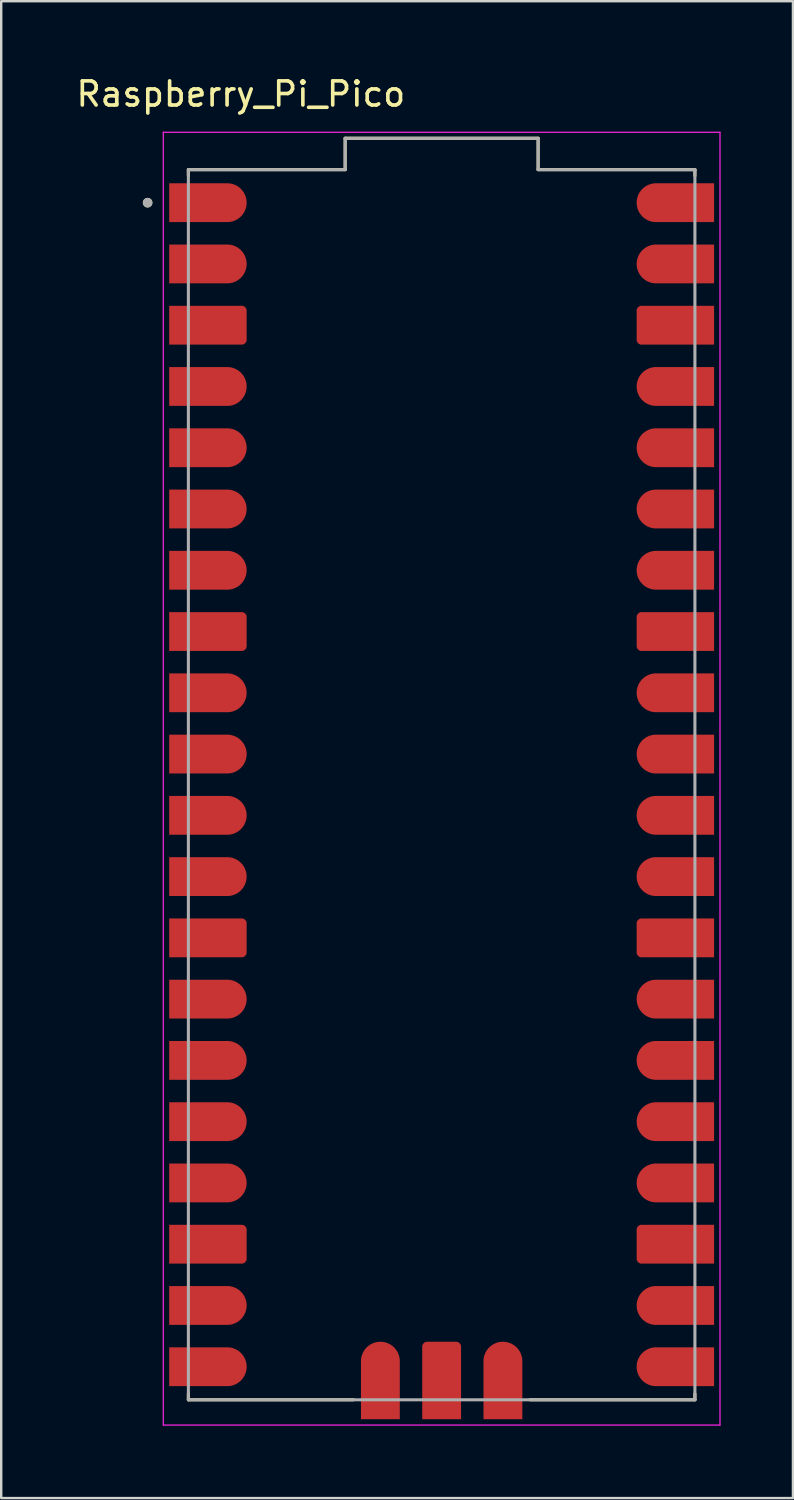
<source format=kicad_pcb>
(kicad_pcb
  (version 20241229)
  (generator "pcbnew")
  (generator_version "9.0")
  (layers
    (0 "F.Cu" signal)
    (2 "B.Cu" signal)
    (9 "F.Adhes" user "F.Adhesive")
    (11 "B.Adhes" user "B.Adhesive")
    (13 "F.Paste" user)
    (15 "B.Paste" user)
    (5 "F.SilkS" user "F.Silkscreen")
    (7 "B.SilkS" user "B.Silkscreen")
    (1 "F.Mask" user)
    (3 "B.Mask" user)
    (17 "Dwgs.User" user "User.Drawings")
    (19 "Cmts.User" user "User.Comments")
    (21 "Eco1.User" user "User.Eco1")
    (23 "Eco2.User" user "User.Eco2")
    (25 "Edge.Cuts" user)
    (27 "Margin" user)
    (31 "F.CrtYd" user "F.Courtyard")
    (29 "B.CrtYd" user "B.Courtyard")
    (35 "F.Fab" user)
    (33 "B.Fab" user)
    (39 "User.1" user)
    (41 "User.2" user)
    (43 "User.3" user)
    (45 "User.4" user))
  (footprint "Raspberry_Pi_Pico"
    (layer "F.Cu")
    (at 15.26 29.483)
    (property "Reference" "Raspberry_Pi_Pico" (at -8.325 -28.635 0) (layer "F.SilkS") (effects (font (size 1 1) (thickness 0.15))))
    (attr smd)
    (fp_poly (pts (xy -11.39 -23.23) (xy -11.39 -25.03) (xy -8.89 -25.03) (xy -8.843 -25.029) (xy -8.796 -25.025) (xy -8.749 -25.019) (xy -8.703 -25.01) (xy -8.657 -24.999) (xy -8.612 -24.986) (xy -8.567 -24.97) (xy -8.524 -24.952) (xy -8.481 -24.932) (xy -8.44 -24.909) (xy -8.4 -24.885) (xy -8.361 -24.858) (xy -8.324 -24.829) (xy -8.288 -24.799) (xy -8.254 -24.766) (xy -8.221 -24.732) (xy -8.191 -24.696) (xy -8.162 -24.659) (xy -8.135 -24.62) (xy -8.111 -24.58) (xy -8.088 -24.539) (xy -8.068 -24.496) (xy -8.05 -24.453) (xy -8.034 -24.408) (xy -8.021 -24.363) (xy -8.01 -24.317) (xy -8.001 -24.271) (xy -7.995 -24.224) (xy -7.991 -24.177) (xy -7.99 -24.13) (xy -7.991 -24.083) (xy -7.995 -24.036) (xy -8.001 -23.989) (xy -8.01 -23.943) (xy -8.021 -23.897) (xy -8.034 -23.852) (xy -8.05 -23.807) (xy -8.068 -23.764) (xy -8.088 -23.721) (xy -8.111 -23.68) (xy -8.135 -23.64) (xy -8.162 -23.601) (xy -8.191 -23.564) (xy -8.221 -23.528) (xy -8.254 -23.494) (xy -8.288 -23.461) (xy -8.324 -23.431) (xy -8.361 -23.402) (xy -8.4 -23.375) (xy -8.44 -23.351) (xy -8.481 -23.328) (xy -8.524 -23.308) (xy -8.567 -23.29) (xy -8.612 -23.274) (xy -8.657 -23.261) (xy -8.703 -23.25) (xy -8.749 -23.241) (xy -8.796 -23.235) (xy -8.843 -23.231) (xy -8.89 -23.23) (xy -11.39 -23.23)) (stroke (width 0.01) (type solid)) (fill yes) (layer "F.Mask"))
    (fp_poly (pts (xy -11.39 -20.69) (xy -11.39 -22.49) (xy -8.89 -22.49) (xy -8.843 -22.489) (xy -8.796 -22.485) (xy -8.749 -22.479) (xy -8.703 -22.47) (xy -8.657 -22.459) (xy -8.612 -22.446) (xy -8.567 -22.43) (xy -8.524 -22.412) (xy -8.481 -22.392) (xy -8.44 -22.369) (xy -8.4 -22.345) (xy -8.361 -22.318) (xy -8.324 -22.289) (xy -8.288 -22.259) (xy -8.254 -22.226) (xy -8.221 -22.192) (xy -8.191 -22.156) (xy -8.162 -22.119) (xy -8.135 -22.08) (xy -8.111 -22.04) (xy -8.088 -21.999) (xy -8.068 -21.956) (xy -8.05 -21.913) (xy -8.034 -21.868) (xy -8.021 -21.823) (xy -8.01 -21.777) (xy -8.001 -21.731) (xy -7.995 -21.684) (xy -7.991 -21.637) (xy -7.99 -21.59) (xy -7.991 -21.543) (xy -7.995 -21.496) (xy -8.001 -21.449) (xy -8.01 -21.403) (xy -8.021 -21.357) (xy -8.034 -21.312) (xy -8.05 -21.267) (xy -8.068 -21.224) (xy -8.088 -21.181) (xy -8.111 -21.14) (xy -8.135 -21.1) (xy -8.162 -21.061) (xy -8.191 -21.024) (xy -8.221 -20.988) (xy -8.254 -20.954) (xy -8.288 -20.921) (xy -8.324 -20.891) (xy -8.361 -20.862) (xy -8.4 -20.835) (xy -8.44 -20.811) (xy -8.481 -20.788) (xy -8.524 -20.768) (xy -8.567 -20.75) (xy -8.612 -20.734) (xy -8.657 -20.721) (xy -8.703 -20.71) (xy -8.749 -20.701) (xy -8.796 -20.695) (xy -8.843 -20.691) (xy -8.89 -20.69) (xy -11.39 -20.69)) (stroke (width 0.01) (type solid)) (fill yes) (layer "F.Mask"))
    (fp_poly (pts (xy -11.39 -15.61) (xy -11.39 -17.41) (xy -8.89 -17.41) (xy -8.843 -17.409) (xy -8.796 -17.405) (xy -8.749 -17.399) (xy -8.703 -17.39) (xy -8.657 -17.379) (xy -8.612 -17.366) (xy -8.567 -17.35) (xy -8.524 -17.332) (xy -8.481 -17.312) (xy -8.44 -17.289) (xy -8.4 -17.265) (xy -8.361 -17.238) (xy -8.324 -17.209) (xy -8.288 -17.179) (xy -8.254 -17.146) (xy -8.221 -17.112) (xy -8.191 -17.076) (xy -8.162 -17.039) (xy -8.135 -17) (xy -8.111 -16.96) (xy -8.088 -16.919) (xy -8.068 -16.876) (xy -8.05 -16.833) (xy -8.034 -16.788) (xy -8.021 -16.743) (xy -8.01 -16.697) (xy -8.001 -16.651) (xy -7.995 -16.604) (xy -7.991 -16.557) (xy -7.99 -16.51) (xy -7.991 -16.463) (xy -7.995 -16.416) (xy -8.001 -16.369) (xy -8.01 -16.323) (xy -8.021 -16.277) (xy -8.034 -16.232) (xy -8.05 -16.187) (xy -8.068 -16.144) (xy -8.088 -16.101) (xy -8.111 -16.06) (xy -8.135 -16.02) (xy -8.162 -15.981) (xy -8.191 -15.944) (xy -8.221 -15.908) (xy -8.254 -15.874) (xy -8.288 -15.841) (xy -8.324 -15.811) (xy -8.361 -15.782) (xy -8.4 -15.755) (xy -8.44 -15.731) (xy -8.481 -15.708) (xy -8.524 -15.688) (xy -8.567 -15.67) (xy -8.612 -15.654) (xy -8.657 -15.641) (xy -8.703 -15.63) (xy -8.749 -15.621) (xy -8.796 -15.615) (xy -8.843 -15.611) (xy -8.89 -15.61) (xy -11.39 -15.61)) (stroke (width 0.01) (type solid)) (fill yes) (layer "F.Mask"))
    (fp_poly (pts (xy -11.39 -13.07) (xy -11.39 -14.87) (xy -8.89 -14.87) (xy -8.843 -14.869) (xy -8.796 -14.865) (xy -8.749 -14.859) (xy -8.703 -14.85) (xy -8.657 -14.839) (xy -8.612 -14.826) (xy -8.567 -14.81) (xy -8.524 -14.792) (xy -8.481 -14.772) (xy -8.44 -14.749) (xy -8.4 -14.725) (xy -8.361 -14.698) (xy -8.324 -14.669) (xy -8.288 -14.639) (xy -8.254 -14.606) (xy -8.221 -14.572) (xy -8.191 -14.536) (xy -8.162 -14.499) (xy -8.135 -14.46) (xy -8.111 -14.42) (xy -8.088 -14.379) (xy -8.068 -14.336) (xy -8.05 -14.293) (xy -8.034 -14.248) (xy -8.021 -14.203) (xy -8.01 -14.157) (xy -8.001 -14.111) (xy -7.995 -14.064) (xy -7.991 -14.017) (xy -7.99 -13.97) (xy -7.991 -13.923) (xy -7.995 -13.876) (xy -8.001 -13.829) (xy -8.01 -13.783) (xy -8.021 -13.737) (xy -8.034 -13.692) (xy -8.05 -13.647) (xy -8.068 -13.604) (xy -8.088 -13.561) (xy -8.111 -13.52) (xy -8.135 -13.48) (xy -8.162 -13.441) (xy -8.191 -13.404) (xy -8.221 -13.368) (xy -8.254 -13.334) (xy -8.288 -13.301) (xy -8.324 -13.271) (xy -8.361 -13.242) (xy -8.4 -13.215) (xy -8.44 -13.191) (xy -8.481 -13.168) (xy -8.524 -13.148) (xy -8.567 -13.13) (xy -8.612 -13.114) (xy -8.657 -13.101) (xy -8.703 -13.09) (xy -8.749 -13.081) (xy -8.796 -13.075) (xy -8.843 -13.071) (xy -8.89 -13.07) (xy -11.39 -13.07)) (stroke (width 0.01) (type solid)) (fill yes) (layer "F.Mask"))
    (fp_poly (pts (xy -11.39 -10.53) (xy -11.39 -12.33) (xy -8.89 -12.33) (xy -8.843 -12.329) (xy -8.796 -12.325) (xy -8.749 -12.319) (xy -8.703 -12.31) (xy -8.657 -12.299) (xy -8.612 -12.286) (xy -8.567 -12.27) (xy -8.524 -12.252) (xy -8.481 -12.232) (xy -8.44 -12.209) (xy -8.4 -12.185) (xy -8.361 -12.158) (xy -8.324 -12.129) (xy -8.288 -12.099) (xy -8.254 -12.066) (xy -8.221 -12.032) (xy -8.191 -11.996) (xy -8.162 -11.959) (xy -8.135 -11.92) (xy -8.111 -11.88) (xy -8.088 -11.839) (xy -8.068 -11.796) (xy -8.05 -11.753) (xy -8.034 -11.708) (xy -8.021 -11.663) (xy -8.01 -11.617) (xy -8.001 -11.571) (xy -7.995 -11.524) (xy -7.991 -11.477) (xy -7.99 -11.43) (xy -7.991 -11.383) (xy -7.995 -11.336) (xy -8.001 -11.289) (xy -8.01 -11.243) (xy -8.021 -11.197) (xy -8.034 -11.152) (xy -8.05 -11.107) (xy -8.068 -11.064) (xy -8.088 -11.021) (xy -8.111 -10.98) (xy -8.135 -10.94) (xy -8.162 -10.901) (xy -8.191 -10.864) (xy -8.221 -10.828) (xy -8.254 -10.794) (xy -8.288 -10.761) (xy -8.324 -10.731) (xy -8.361 -10.702) (xy -8.4 -10.675) (xy -8.44 -10.651) (xy -8.481 -10.628) (xy -8.524 -10.608) (xy -8.567 -10.59) (xy -8.612 -10.574) (xy -8.657 -10.561) (xy -8.703 -10.55) (xy -8.749 -10.541) (xy -8.796 -10.535) (xy -8.843 -10.531) (xy -8.89 -10.53) (xy -11.39 -10.53)) (stroke (width 0.01) (type solid)) (fill yes) (layer "F.Mask"))
    (fp_poly (pts (xy -11.39 -7.99) (xy -11.39 -9.79) (xy -8.89 -9.79) (xy -8.843 -9.789) (xy -8.796 -9.785) (xy -8.749 -9.779) (xy -8.703 -9.77) (xy -8.657 -9.759) (xy -8.612 -9.746) (xy -8.567 -9.73) (xy -8.524 -9.712) (xy -8.481 -9.692) (xy -8.44 -9.669) (xy -8.4 -9.645) (xy -8.361 -9.618) (xy -8.324 -9.589) (xy -8.288 -9.559) (xy -8.254 -9.526) (xy -8.221 -9.492) (xy -8.191 -9.456) (xy -8.162 -9.419) (xy -8.135 -9.38) (xy -8.111 -9.34) (xy -8.088 -9.299) (xy -8.068 -9.256) (xy -8.05 -9.213) (xy -8.034 -9.168) (xy -8.021 -9.123) (xy -8.01 -9.077) (xy -8.001 -9.031) (xy -7.995 -8.984) (xy -7.991 -8.937) (xy -7.99 -8.89) (xy -7.991 -8.843) (xy -7.995 -8.796) (xy -8.001 -8.749) (xy -8.01 -8.703) (xy -8.021 -8.657) (xy -8.034 -8.612) (xy -8.05 -8.567) (xy -8.068 -8.524) (xy -8.088 -8.481) (xy -8.111 -8.44) (xy -8.135 -8.4) (xy -8.162 -8.361) (xy -8.191 -8.324) (xy -8.221 -8.288) (xy -8.254 -8.254) (xy -8.288 -8.221) (xy -8.324 -8.191) (xy -8.361 -8.162) (xy -8.4 -8.135) (xy -8.44 -8.111) (xy -8.481 -8.088) (xy -8.524 -8.068) (xy -8.567 -8.05) (xy -8.612 -8.034) (xy -8.657 -8.021) (xy -8.703 -8.01) (xy -8.749 -8.001) (xy -8.796 -7.995) (xy -8.843 -7.991) (xy -8.89 -7.99) (xy -11.39 -7.99)) (stroke (width 0.01) (type solid)) (fill yes) (layer "F.Mask"))
    (fp_poly (pts (xy -11.39 -2.91) (xy -11.39 -4.71) (xy -8.89 -4.71) (xy -8.843 -4.709) (xy -8.796 -4.705) (xy -8.749 -4.699) (xy -8.703 -4.69) (xy -8.657 -4.679) (xy -8.612 -4.666) (xy -8.567 -4.65) (xy -8.524 -4.632) (xy -8.481 -4.612) (xy -8.44 -4.589) (xy -8.4 -4.565) (xy -8.361 -4.538) (xy -8.324 -4.509) (xy -8.288 -4.479) (xy -8.254 -4.446) (xy -8.221 -4.412) (xy -8.191 -4.376) (xy -8.162 -4.339) (xy -8.135 -4.3) (xy -8.111 -4.26) (xy -8.088 -4.219) (xy -8.068 -4.176) (xy -8.05 -4.133) (xy -8.034 -4.088) (xy -8.021 -4.043) (xy -8.01 -3.997) (xy -8.001 -3.951) (xy -7.995 -3.904) (xy -7.991 -3.857) (xy -7.99 -3.81) (xy -7.991 -3.763) (xy -7.995 -3.716) (xy -8.001 -3.669) (xy -8.01 -3.623) (xy -8.021 -3.577) (xy -8.034 -3.532) (xy -8.05 -3.487) (xy -8.068 -3.444) (xy -8.088 -3.401) (xy -8.111 -3.36) (xy -8.135 -3.32) (xy -8.162 -3.281) (xy -8.191 -3.244) (xy -8.221 -3.208) (xy -8.254 -3.174) (xy -8.288 -3.141) (xy -8.324 -3.111) (xy -8.361 -3.082) (xy -8.4 -3.055) (xy -8.44 -3.031) (xy -8.481 -3.008) (xy -8.524 -2.988) (xy -8.567 -2.97) (xy -8.612 -2.954) (xy -8.657 -2.941) (xy -8.703 -2.93) (xy -8.749 -2.921) (xy -8.796 -2.915) (xy -8.843 -2.911) (xy -8.89 -2.91) (xy -11.39 -2.91)) (stroke (width 0.01) (type solid)) (fill yes) (layer "F.Mask"))
    (fp_poly (pts (xy -11.39 -0.37) (xy -11.39 -2.17) (xy -8.89 -2.17) (xy -8.843 -2.169) (xy -8.796 -2.165) (xy -8.749 -2.159) (xy -8.703 -2.15) (xy -8.657 -2.139) (xy -8.612 -2.126) (xy -8.567 -2.11) (xy -8.524 -2.092) (xy -8.481 -2.072) (xy -8.44 -2.049) (xy -8.4 -2.025) (xy -8.361 -1.998) (xy -8.324 -1.969) (xy -8.288 -1.939) (xy -8.254 -1.906) (xy -8.221 -1.872) (xy -8.191 -1.836) (xy -8.162 -1.799) (xy -8.135 -1.76) (xy -8.111 -1.72) (xy -8.088 -1.679) (xy -8.068 -1.636) (xy -8.05 -1.593) (xy -8.034 -1.548) (xy -8.021 -1.503) (xy -8.01 -1.457) (xy -8.001 -1.411) (xy -7.995 -1.364) (xy -7.991 -1.317) (xy -7.99 -1.27) (xy -7.991 -1.223) (xy -7.995 -1.176) (xy -8.001 -1.129) (xy -8.01 -1.083) (xy -8.021 -1.037) (xy -8.034 -0.992) (xy -8.05 -0.947) (xy -8.068 -0.904) (xy -8.088 -0.861) (xy -8.111 -0.82) (xy -8.135 -0.78) (xy -8.162 -0.741) (xy -8.191 -0.704) (xy -8.221 -0.668) (xy -8.254 -0.634) (xy -8.288 -0.601) (xy -8.324 -0.571) (xy -8.361 -0.542) (xy -8.4 -0.515) (xy -8.44 -0.491) (xy -8.481 -0.468) (xy -8.524 -0.448) (xy -8.567 -0.43) (xy -8.612 -0.414) (xy -8.657 -0.401) (xy -8.703 -0.39) (xy -8.749 -0.381) (xy -8.796 -0.375) (xy -8.843 -0.371) (xy -8.89 -0.37) (xy -11.39 -0.37)) (stroke (width 0.01) (type solid)) (fill yes) (layer "F.Mask"))
    (fp_poly (pts (xy -11.39 2.17) (xy -11.39 0.37) (xy -8.89 0.37) (xy -8.843 0.371) (xy -8.796 0.375) (xy -8.749 0.381) (xy -8.703 0.39) (xy -8.657 0.401) (xy -8.612 0.414) (xy -8.567 0.43) (xy -8.524 0.448) (xy -8.481 0.468) (xy -8.44 0.491) (xy -8.4 0.515) (xy -8.361 0.542) (xy -8.324 0.571) (xy -8.288 0.601) (xy -8.254 0.634) (xy -8.221 0.668) (xy -8.191 0.704) (xy -8.162 0.741) (xy -8.135 0.78) (xy -8.111 0.82) (xy -8.088 0.861) (xy -8.068 0.904) (xy -8.05 0.947) (xy -8.034 0.992) (xy -8.021 1.037) (xy -8.01 1.083) (xy -8.001 1.129) (xy -7.995 1.176) (xy -7.991 1.223) (xy -7.99 1.27) (xy -7.991 1.317) (xy -7.995 1.364) (xy -8.001 1.411) (xy -8.01 1.457) (xy -8.021 1.503) (xy -8.034 1.548) (xy -8.05 1.593) (xy -8.068 1.636) (xy -8.088 1.679) (xy -8.111 1.72) (xy -8.135 1.76) (xy -8.162 1.799) (xy -8.191 1.836) (xy -8.221 1.872) (xy -8.254 1.906) (xy -8.288 1.939) (xy -8.324 1.969) (xy -8.361 1.998) (xy -8.4 2.025) (xy -8.44 2.049) (xy -8.481 2.072) (xy -8.524 2.092) (xy -8.567 2.11) (xy -8.612 2.126) (xy -8.657 2.139) (xy -8.703 2.15) (xy -8.749 2.159) (xy -8.796 2.165) (xy -8.843 2.169) (xy -8.89 2.17) (xy -11.39 2.17)) (stroke (width 0.01) (type solid)) (fill yes) (layer "F.Mask"))
    (fp_poly (pts (xy -11.39 4.71) (xy -11.39 2.91) (xy -8.89 2.91) (xy -8.843 2.911) (xy -8.796 2.915) (xy -8.749 2.921) (xy -8.703 2.93) (xy -8.657 2.941) (xy -8.612 2.954) (xy -8.567 2.97) (xy -8.524 2.988) (xy -8.481 3.008) (xy -8.44 3.031) (xy -8.4 3.055) (xy -8.361 3.082) (xy -8.324 3.111) (xy -8.288 3.141) (xy -8.254 3.174) (xy -8.221 3.208) (xy -8.191 3.244) (xy -8.162 3.281) (xy -8.135 3.32) (xy -8.111 3.36) (xy -8.088 3.401) (xy -8.068 3.444) (xy -8.05 3.487) (xy -8.034 3.532) (xy -8.021 3.577) (xy -8.01 3.623) (xy -8.001 3.669) (xy -7.995 3.716) (xy -7.991 3.763) (xy -7.99 3.81) (xy -7.991 3.857) (xy -7.995 3.904) (xy -8.001 3.951) (xy -8.01 3.997) (xy -8.021 4.043) (xy -8.034 4.088) (xy -8.05 4.133) (xy -8.068 4.176) (xy -8.088 4.219) (xy -8.111 4.26) (xy -8.135 4.3) (xy -8.162 4.339) (xy -8.191 4.376) (xy -8.221 4.412) (xy -8.254 4.446) (xy -8.288 4.479) (xy -8.324 4.509) (xy -8.361 4.538) (xy -8.4 4.565) (xy -8.44 4.589) (xy -8.481 4.612) (xy -8.524 4.632) (xy -8.567 4.65) (xy -8.612 4.666) (xy -8.657 4.679) (xy -8.703 4.69) (xy -8.749 4.699) (xy -8.796 4.705) (xy -8.843 4.709) (xy -8.89 4.71) (xy -11.39 4.71)) (stroke (width 0.01) (type solid)) (fill yes) (layer "F.Mask"))
    (fp_poly (pts (xy -11.39 9.79) (xy -11.39 7.99) (xy -8.89 7.99) (xy -8.843 7.991) (xy -8.796 7.995) (xy -8.749 8.001) (xy -8.703 8.01) (xy -8.657 8.021) (xy -8.612 8.034) (xy -8.567 8.05) (xy -8.524 8.068) (xy -8.481 8.088) (xy -8.44 8.111) (xy -8.4 8.135) (xy -8.361 8.162) (xy -8.324 8.191) (xy -8.288 8.221) (xy -8.254 8.254) (xy -8.221 8.288) (xy -8.191 8.324) (xy -8.162 8.361) (xy -8.135 8.4) (xy -8.111 8.44) (xy -8.088 8.481) (xy -8.068 8.524) (xy -8.05 8.567) (xy -8.034 8.612) (xy -8.021 8.657) (xy -8.01 8.703) (xy -8.001 8.749) (xy -7.995 8.796) (xy -7.991 8.843) (xy -7.99 8.89) (xy -7.991 8.937) (xy -7.995 8.984) (xy -8.001 9.031) (xy -8.01 9.077) (xy -8.021 9.123) (xy -8.034 9.168) (xy -8.05 9.213) (xy -8.068 9.256) (xy -8.088 9.299) (xy -8.111 9.34) (xy -8.135 9.38) (xy -8.162 9.419) (xy -8.191 9.456) (xy -8.221 9.492) (xy -8.254 9.526) (xy -8.288 9.559) (xy -8.324 9.589) (xy -8.361 9.618) (xy -8.4 9.645) (xy -8.44 9.669) (xy -8.481 9.692) (xy -8.524 9.712) (xy -8.567 9.73) (xy -8.612 9.746) (xy -8.657 9.759) (xy -8.703 9.77) (xy -8.749 9.779) (xy -8.796 9.785) (xy -8.843 9.789) (xy -8.89 9.79) (xy -11.39 9.79)) (stroke (width 0.01) (type solid)) (fill yes) (layer "F.Mask"))
    (fp_poly (pts (xy -11.39 12.33) (xy -11.39 10.53) (xy -8.89 10.53) (xy -8.843 10.531) (xy -8.796 10.535) (xy -8.749 10.541) (xy -8.703 10.55) (xy -8.657 10.561) (xy -8.612 10.574) (xy -8.567 10.59) (xy -8.524 10.608) (xy -8.481 10.628) (xy -8.44 10.651) (xy -8.4 10.675) (xy -8.361 10.702) (xy -8.324 10.731) (xy -8.288 10.761) (xy -8.254 10.794) (xy -8.221 10.828) (xy -8.191 10.864) (xy -8.162 10.901) (xy -8.135 10.94) (xy -8.111 10.98) (xy -8.088 11.021) (xy -8.068 11.064) (xy -8.05 11.107) (xy -8.034 11.152) (xy -8.021 11.197) (xy -8.01 11.243) (xy -8.001 11.289) (xy -7.995 11.336) (xy -7.991 11.383) (xy -7.99 11.43) (xy -7.991 11.477) (xy -7.995 11.524) (xy -8.001 11.571) (xy -8.01 11.617) (xy -8.021 11.663) (xy -8.034 11.708) (xy -8.05 11.753) (xy -8.068 11.796) (xy -8.088 11.839) (xy -8.111 11.88) (xy -8.135 11.92) (xy -8.162 11.959) (xy -8.191 11.996) (xy -8.221 12.032) (xy -8.254 12.066) (xy -8.288 12.099) (xy -8.324 12.129) (xy -8.361 12.158) (xy -8.4 12.185) (xy -8.44 12.209) (xy -8.481 12.232) (xy -8.524 12.252) (xy -8.567 12.27) (xy -8.612 12.286) (xy -8.657 12.299) (xy -8.703 12.31) (xy -8.749 12.319) (xy -8.796 12.325) (xy -8.843 12.329) (xy -8.89 12.33) (xy -11.39 12.33)) (stroke (width 0.01) (type solid)) (fill yes) (layer "F.Mask"))
    (fp_poly (pts (xy -11.39 14.87) (xy -11.39 13.07) (xy -8.89 13.07) (xy -8.843 13.071) (xy -8.796 13.075) (xy -8.749 13.081) (xy -8.703 13.09) (xy -8.657 13.101) (xy -8.612 13.114) (xy -8.567 13.13) (xy -8.524 13.148) (xy -8.481 13.168) (xy -8.44 13.191) (xy -8.4 13.215) (xy -8.361 13.242) (xy -8.324 13.271) (xy -8.288 13.301) (xy -8.254 13.334) (xy -8.221 13.368) (xy -8.191 13.404) (xy -8.162 13.441) (xy -8.135 13.48) (xy -8.111 13.52) (xy -8.088 13.561) (xy -8.068 13.604) (xy -8.05 13.647) (xy -8.034 13.692) (xy -8.021 13.737) (xy -8.01 13.783) (xy -8.001 13.829) (xy -7.995 13.876) (xy -7.991 13.923) (xy -7.99 13.97) (xy -7.991 14.017) (xy -7.995 14.064) (xy -8.001 14.111) (xy -8.01 14.157) (xy -8.021 14.203) (xy -8.034 14.248) (xy -8.05 14.293) (xy -8.068 14.336) (xy -8.088 14.379) (xy -8.111 14.42) (xy -8.135 14.46) (xy -8.162 14.499) (xy -8.191 14.536) (xy -8.221 14.572) (xy -8.254 14.606) (xy -8.288 14.639) (xy -8.324 14.669) (xy -8.361 14.698) (xy -8.4 14.725) (xy -8.44 14.749) (xy -8.481 14.772) (xy -8.524 14.792) (xy -8.567 14.81) (xy -8.612 14.826) (xy -8.657 14.839) (xy -8.703 14.85) (xy -8.749 14.859) (xy -8.796 14.865) (xy -8.843 14.869) (xy -8.89 14.87) (xy -11.39 14.87)) (stroke (width 0.01) (type solid)) (fill yes) (layer "F.Mask"))
    (fp_poly (pts (xy -11.39 17.41) (xy -11.39 15.61) (xy -8.89 15.61) (xy -8.843 15.611) (xy -8.796 15.615) (xy -8.749 15.621) (xy -8.703 15.63) (xy -8.657 15.641) (xy -8.612 15.654) (xy -8.567 15.67) (xy -8.524 15.688) (xy -8.481 15.708) (xy -8.44 15.731) (xy -8.4 15.755) (xy -8.361 15.782) (xy -8.324 15.811) (xy -8.288 15.841) (xy -8.254 15.874) (xy -8.221 15.908) (xy -8.191 15.944) (xy -8.162 15.981) (xy -8.135 16.02) (xy -8.111 16.06) (xy -8.088 16.101) (xy -8.068 16.144) (xy -8.05 16.187) (xy -8.034 16.232) (xy -8.021 16.277) (xy -8.01 16.323) (xy -8.001 16.369) (xy -7.995 16.416) (xy -7.991 16.463) (xy -7.99 16.51) (xy -7.991 16.557) (xy -7.995 16.604) (xy -8.001 16.651) (xy -8.01 16.697) (xy -8.021 16.743) (xy -8.034 16.788) (xy -8.05 16.833) (xy -8.068 16.876) (xy -8.088 16.919) (xy -8.111 16.96) (xy -8.135 17) (xy -8.162 17.039) (xy -8.191 17.076) (xy -8.221 17.112) (xy -8.254 17.146) (xy -8.288 17.179) (xy -8.324 17.209) (xy -8.361 17.238) (xy -8.4 17.265) (xy -8.44 17.289) (xy -8.481 17.312) (xy -8.524 17.332) (xy -8.567 17.35) (xy -8.612 17.366) (xy -8.657 17.379) (xy -8.703 17.39) (xy -8.749 17.399) (xy -8.796 17.405) (xy -8.843 17.409) (xy -8.89 17.41) (xy -11.39 17.41)) (stroke (width 0.01) (type solid)) (fill yes) (layer "F.Mask"))
    (fp_poly (pts (xy -11.39 22.49) (xy -11.39 20.69) (xy -8.89 20.69) (xy -8.843 20.691) (xy -8.796 20.695) (xy -8.749 20.701) (xy -8.703 20.71) (xy -8.657 20.721) (xy -8.612 20.734) (xy -8.567 20.75) (xy -8.524 20.768) (xy -8.481 20.788) (xy -8.44 20.811) (xy -8.4 20.835) (xy -8.361 20.862) (xy -8.324 20.891) (xy -8.288 20.921) (xy -8.254 20.954) (xy -8.221 20.988) (xy -8.191 21.024) (xy -8.162 21.061) (xy -8.135 21.1) (xy -8.111 21.14) (xy -8.088 21.181) (xy -8.068 21.224) (xy -8.05 21.267) (xy -8.034 21.312) (xy -8.021 21.357) (xy -8.01 21.403) (xy -8.001 21.449) (xy -7.995 21.496) (xy -7.991 21.543) (xy -7.99 21.59) (xy -7.991 21.637) (xy -7.995 21.684) (xy -8.001 21.731) (xy -8.01 21.777) (xy -8.021 21.823) (xy -8.034 21.868) (xy -8.05 21.913) (xy -8.068 21.956) (xy -8.088 21.999) (xy -8.111 22.04) (xy -8.135 22.08) (xy -8.162 22.119) (xy -8.191 22.156) (xy -8.221 22.192) (xy -8.254 22.226) (xy -8.288 22.259) (xy -8.324 22.289) (xy -8.361 22.318) (xy -8.4 22.345) (xy -8.44 22.369) (xy -8.481 22.392) (xy -8.524 22.412) (xy -8.567 22.43) (xy -8.612 22.446) (xy -8.657 22.459) (xy -8.703 22.47) (xy -8.749 22.479) (xy -8.796 22.485) (xy -8.843 22.489) (xy -8.89 22.49) (xy -11.39 22.49)) (stroke (width 0.01) (type solid)) (fill yes) (layer "F.Mask"))
    (fp_poly (pts (xy -11.39 25.03) (xy -11.39 23.23) (xy -8.89 23.23) (xy -8.843 23.231) (xy -8.796 23.235) (xy -8.749 23.241) (xy -8.703 23.25) (xy -8.657 23.261) (xy -8.612 23.274) (xy -8.567 23.29) (xy -8.524 23.308) (xy -8.481 23.328) (xy -8.44 23.351) (xy -8.4 23.375) (xy -8.361 23.402) (xy -8.324 23.431) (xy -8.288 23.461) (xy -8.254 23.494) (xy -8.221 23.528) (xy -8.191 23.564) (xy -8.162 23.601) (xy -8.135 23.64) (xy -8.111 23.68) (xy -8.088 23.721) (xy -8.068 23.764) (xy -8.05 23.807) (xy -8.034 23.852) (xy -8.021 23.897) (xy -8.01 23.943) (xy -8.001 23.989) (xy -7.995 24.036) (xy -7.991 24.083) (xy -7.99 24.13) (xy -7.991 24.177) (xy -7.995 24.224) (xy -8.001 24.271) (xy -8.01 24.317) (xy -8.021 24.363) (xy -8.034 24.408) (xy -8.05 24.453) (xy -8.068 24.496) (xy -8.088 24.539) (xy -8.111 24.58) (xy -8.135 24.62) (xy -8.162 24.659) (xy -8.191 24.696) (xy -8.221 24.732) (xy -8.254 24.766) (xy -8.288 24.799) (xy -8.324 24.829) (xy -8.361 24.858) (xy -8.4 24.885) (xy -8.44 24.909) (xy -8.481 24.932) (xy -8.524 24.952) (xy -8.567 24.97) (xy -8.612 24.986) (xy -8.657 24.999) (xy -8.703 25.01) (xy -8.749 25.019) (xy -8.796 25.025) (xy -8.843 25.029) (xy -8.89 25.03) (xy -11.39 25.03)) (stroke (width 0.01) (type solid)) (fill yes) (layer "F.Mask"))
    (fp_poly (pts (xy -3.44 26.4) (xy -3.44 23.9) (xy -3.439 23.853) (xy -3.435 23.806) (xy -3.429 23.759) (xy -3.42 23.713) (xy -3.409 23.667) (xy -3.396 23.622) (xy -3.38 23.577) (xy -3.362 23.534) (xy -3.342 23.491) (xy -3.319 23.45) (xy -3.295 23.41) (xy -3.268 23.371) (xy -3.239 23.334) (xy -3.209 23.298) (xy -3.176 23.264) (xy -3.142 23.231) (xy -3.106 23.201) (xy -3.069 23.172) (xy -3.03 23.145) (xy -2.99 23.121) (xy -2.949 23.098) (xy -2.906 23.078) (xy -2.863 23.06) (xy -2.818 23.044) (xy -2.773 23.031) (xy -2.727 23.02) (xy -2.681 23.011) (xy -2.634 23.005) (xy -2.587 23.001) (xy -2.54 23) (xy -2.493 23.001) (xy -2.446 23.005) (xy -2.399 23.011) (xy -2.353 23.02) (xy -2.307 23.031) (xy -2.262 23.044) (xy -2.217 23.06) (xy -2.174 23.078) (xy -2.131 23.098) (xy -2.09 23.121) (xy -2.05 23.145) (xy -2.011 23.172) (xy -1.974 23.201) (xy -1.938 23.231) (xy -1.904 23.264) (xy -1.871 23.298) (xy -1.841 23.334) (xy -1.812 23.371) (xy -1.785 23.41) (xy -1.761 23.45) (xy -1.738 23.491) (xy -1.718 23.534) (xy -1.7 23.577) (xy -1.684 23.622) (xy -1.671 23.667) (xy -1.66 23.713) (xy -1.651 23.759) (xy -1.645 23.806) (xy -1.641 23.853) (xy -1.64 23.9) (xy -1.64 26.4) (xy -3.44 26.4)) (stroke (width 0.01) (type solid)) (fill yes) (layer "F.Mask"))
    (fp_poly (pts (xy 1.64 26.4) (xy 1.64 23.9) (xy 1.641 23.853) (xy 1.645 23.806) (xy 1.651 23.759) (xy 1.66 23.713) (xy 1.671 23.667) (xy 1.684 23.622) (xy 1.7 23.577) (xy 1.718 23.534) (xy 1.738 23.491) (xy 1.761 23.45) (xy 1.785 23.41) (xy 1.812 23.371) (xy 1.841 23.334) (xy 1.871 23.298) (xy 1.904 23.264) (xy 1.938 23.231) (xy 1.974 23.201) (xy 2.011 23.172) (xy 2.05 23.145) (xy 2.09 23.121) (xy 2.131 23.098) (xy 2.174 23.078) (xy 2.217 23.06) (xy 2.262 23.044) (xy 2.307 23.031) (xy 2.353 23.02) (xy 2.399 23.011) (xy 2.446 23.005) (xy 2.493 23.001) (xy 2.54 23) (xy 2.587 23.001) (xy 2.634 23.005) (xy 2.681 23.011) (xy 2.727 23.02) (xy 2.773 23.031) (xy 2.818 23.044) (xy 2.863 23.06) (xy 2.906 23.078) (xy 2.949 23.098) (xy 2.99 23.121) (xy 3.03 23.145) (xy 3.069 23.172) (xy 3.106 23.201) (xy 3.142 23.231) (xy 3.176 23.264) (xy 3.209 23.298) (xy 3.239 23.334) (xy 3.268 23.371) (xy 3.295 23.41) (xy 3.319 23.45) (xy 3.342 23.491) (xy 3.362 23.534) (xy 3.38 23.577) (xy 3.396 23.622) (xy 3.409 23.667) (xy 3.42 23.713) (xy 3.429 23.759) (xy 3.435 23.806) (xy 3.439 23.853) (xy 3.44 23.9) (xy 3.44 26.4) (xy 1.64 26.4)) (stroke (width 0.01) (type solid)) (fill yes) (layer "F.Mask"))
    (fp_poly (pts (xy 11.39 -23.23) (xy 11.39 -25.03) (xy 8.89 -25.03) (xy 8.843 -25.029) (xy 8.796 -25.025) (xy 8.749 -25.019) (xy 8.703 -25.01) (xy 8.657 -24.999) (xy 8.612 -24.986) (xy 8.567 -24.97) (xy 8.524 -24.952) (xy 8.481 -24.932) (xy 8.44 -24.909) (xy 8.4 -24.885) (xy 8.361 -24.858) (xy 8.324 -24.829) (xy 8.288 -24.799) (xy 8.254 -24.766) (xy 8.221 -24.732) (xy 8.191 -24.696) (xy 8.162 -24.659) (xy 8.135 -24.62) (xy 8.111 -24.58) (xy 8.088 -24.539) (xy 8.068 -24.496) (xy 8.05 -24.453) (xy 8.034 -24.408) (xy 8.021 -24.363) (xy 8.01 -24.317) (xy 8.001 -24.271) (xy 7.995 -24.224) (xy 7.991 -24.177) (xy 7.99 -24.13) (xy 7.991 -24.083) (xy 7.995 -24.036) (xy 8.001 -23.989) (xy 8.01 -23.943) (xy 8.021 -23.897) (xy 8.034 -23.852) (xy 8.05 -23.807) (xy 8.068 -23.764) (xy 8.088 -23.721) (xy 8.111 -23.68) (xy 8.135 -23.64) (xy 8.162 -23.601) (xy 8.191 -23.564) (xy 8.221 -23.528) (xy 8.254 -23.494) (xy 8.288 -23.461) (xy 8.324 -23.431) (xy 8.361 -23.402) (xy 8.4 -23.375) (xy 8.44 -23.351) (xy 8.481 -23.328) (xy 8.524 -23.308) (xy 8.567 -23.29) (xy 8.612 -23.274) (xy 8.657 -23.261) (xy 8.703 -23.25) (xy 8.749 -23.241) (xy 8.796 -23.235) (xy 8.843 -23.231) (xy 8.89 -23.23) (xy 11.39 -23.23)) (stroke (width 0.01) (type solid)) (fill yes) (layer "F.Mask"))
    (fp_poly (pts (xy 11.39 -20.69) (xy 11.39 -22.49) (xy 8.89 -22.49) (xy 8.843 -22.489) (xy 8.796 -22.485) (xy 8.749 -22.479) (xy 8.703 -22.47) (xy 8.657 -22.459) (xy 8.612 -22.446) (xy 8.567 -22.43) (xy 8.524 -22.412) (xy 8.481 -22.392) (xy 8.44 -22.369) (xy 8.4 -22.345) (xy 8.361 -22.318) (xy 8.324 -22.289) (xy 8.288 -22.259) (xy 8.254 -22.226) (xy 8.221 -22.192) (xy 8.191 -22.156) (xy 8.162 -22.119) (xy 8.135 -22.08) (xy 8.111 -22.04) (xy 8.088 -21.999) (xy 8.068 -21.956) (xy 8.05 -21.913) (xy 8.034 -21.868) (xy 8.021 -21.823) (xy 8.01 -21.777) (xy 8.001 -21.731) (xy 7.995 -21.684) (xy 7.991 -21.637) (xy 7.99 -21.59) (xy 7.991 -21.543) (xy 7.995 -21.496) (xy 8.001 -21.449) (xy 8.01 -21.403) (xy 8.021 -21.357) (xy 8.034 -21.312) (xy 8.05 -21.267) (xy 8.068 -21.224) (xy 8.088 -21.181) (xy 8.111 -21.14) (xy 8.135 -21.1) (xy 8.162 -21.061) (xy 8.191 -21.024) (xy 8.221 -20.988) (xy 8.254 -20.954) (xy 8.288 -20.921) (xy 8.324 -20.891) (xy 8.361 -20.862) (xy 8.4 -20.835) (xy 8.44 -20.811) (xy 8.481 -20.788) (xy 8.524 -20.768) (xy 8.567 -20.75) (xy 8.612 -20.734) (xy 8.657 -20.721) (xy 8.703 -20.71) (xy 8.749 -20.701) (xy 8.796 -20.695) (xy 8.843 -20.691) (xy 8.89 -20.69) (xy 11.39 -20.69)) (stroke (width 0.01) (type solid)) (fill yes) (layer "F.Mask"))
    (fp_poly (pts (xy 11.39 -15.61) (xy 11.39 -17.41) (xy 8.89 -17.41) (xy 8.843 -17.409) (xy 8.796 -17.405) (xy 8.749 -17.399) (xy 8.703 -17.39) (xy 8.657 -17.379) (xy 8.612 -17.366) (xy 8.567 -17.35) (xy 8.524 -17.332) (xy 8.481 -17.312) (xy 8.44 -17.289) (xy 8.4 -17.265) (xy 8.361 -17.238) (xy 8.324 -17.209) (xy 8.288 -17.179) (xy 8.254 -17.146) (xy 8.221 -17.112) (xy 8.191 -17.076) (xy 8.162 -17.039) (xy 8.135 -17) (xy 8.111 -16.96) (xy 8.088 -16.919) (xy 8.068 -16.876) (xy 8.05 -16.833) (xy 8.034 -16.788) (xy 8.021 -16.743) (xy 8.01 -16.697) (xy 8.001 -16.651) (xy 7.995 -16.604) (xy 7.991 -16.557) (xy 7.99 -16.51) (xy 7.991 -16.463) (xy 7.995 -16.416) (xy 8.001 -16.369) (xy 8.01 -16.323) (xy 8.021 -16.277) (xy 8.034 -16.232) (xy 8.05 -16.187) (xy 8.068 -16.144) (xy 8.088 -16.101) (xy 8.111 -16.06) (xy 8.135 -16.02) (xy 8.162 -15.981) (xy 8.191 -15.944) (xy 8.221 -15.908) (xy 8.254 -15.874) (xy 8.288 -15.841) (xy 8.324 -15.811) (xy 8.361 -15.782) (xy 8.4 -15.755) (xy 8.44 -15.731) (xy 8.481 -15.708) (xy 8.524 -15.688) (xy 8.567 -15.67) (xy 8.612 -15.654) (xy 8.657 -15.641) (xy 8.703 -15.63) (xy 8.749 -15.621) (xy 8.796 -15.615) (xy 8.843 -15.611) (xy 8.89 -15.61) (xy 11.39 -15.61)) (stroke (width 0.01) (type solid)) (fill yes) (layer "F.Mask"))
    (fp_poly (pts (xy 11.39 -13.07) (xy 11.39 -14.87) (xy 8.89 -14.87) (xy 8.843 -14.869) (xy 8.796 -14.865) (xy 8.749 -14.859) (xy 8.703 -14.85) (xy 8.657 -14.839) (xy 8.612 -14.826) (xy 8.567 -14.81) (xy 8.524 -14.792) (xy 8.481 -14.772) (xy 8.44 -14.749) (xy 8.4 -14.725) (xy 8.361 -14.698) (xy 8.324 -14.669) (xy 8.288 -14.639) (xy 8.254 -14.606) (xy 8.221 -14.572) (xy 8.191 -14.536) (xy 8.162 -14.499) (xy 8.135 -14.46) (xy 8.111 -14.42) (xy 8.088 -14.379) (xy 8.068 -14.336) (xy 8.05 -14.293) (xy 8.034 -14.248) (xy 8.021 -14.203) (xy 8.01 -14.157) (xy 8.001 -14.111) (xy 7.995 -14.064) (xy 7.991 -14.017) (xy 7.99 -13.97) (xy 7.991 -13.923) (xy 7.995 -13.876) (xy 8.001 -13.829) (xy 8.01 -13.783) (xy 8.021 -13.737) (xy 8.034 -13.692) (xy 8.05 -13.647) (xy 8.068 -13.604) (xy 8.088 -13.561) (xy 8.111 -13.52) (xy 8.135 -13.48) (xy 8.162 -13.441) (xy 8.191 -13.404) (xy 8.221 -13.368) (xy 8.254 -13.334) (xy 8.288 -13.301) (xy 8.324 -13.271) (xy 8.361 -13.242) (xy 8.4 -13.215) (xy 8.44 -13.191) (xy 8.481 -13.168) (xy 8.524 -13.148) (xy 8.567 -13.13) (xy 8.612 -13.114) (xy 8.657 -13.101) (xy 8.703 -13.09) (xy 8.749 -13.081) (xy 8.796 -13.075) (xy 8.843 -13.071) (xy 8.89 -13.07) (xy 11.39 -13.07)) (stroke (width 0.01) (type solid)) (fill yes) (layer "F.Mask"))
    (fp_poly (pts (xy 11.39 -10.53) (xy 11.39 -12.33) (xy 8.89 -12.33) (xy 8.843 -12.329) (xy 8.796 -12.325) (xy 8.749 -12.319) (xy 8.703 -12.31) (xy 8.657 -12.299) (xy 8.612 -12.286) (xy 8.567 -12.27) (xy 8.524 -12.252) (xy 8.481 -12.232) (xy 8.44 -12.209) (xy 8.4 -12.185) (xy 8.361 -12.158) (xy 8.324 -12.129) (xy 8.288 -12.099) (xy 8.254 -12.066) (xy 8.221 -12.032) (xy 8.191 -11.996) (xy 8.162 -11.959) (xy 8.135 -11.92) (xy 8.111 -11.88) (xy 8.088 -11.839) (xy 8.068 -11.796) (xy 8.05 -11.753) (xy 8.034 -11.708) (xy 8.021 -11.663) (xy 8.01 -11.617) (xy 8.001 -11.571) (xy 7.995 -11.524) (xy 7.991 -11.477) (xy 7.99 -11.43) (xy 7.991 -11.383) (xy 7.995 -11.336) (xy 8.001 -11.289) (xy 8.01 -11.243) (xy 8.021 -11.197) (xy 8.034 -11.152) (xy 8.05 -11.107) (xy 8.068 -11.064) (xy 8.088 -11.021) (xy 8.111 -10.98) (xy 8.135 -10.94) (xy 8.162 -10.901) (xy 8.191 -10.864) (xy 8.221 -10.828) (xy 8.254 -10.794) (xy 8.288 -10.761) (xy 8.324 -10.731) (xy 8.361 -10.702) (xy 8.4 -10.675) (xy 8.44 -10.651) (xy 8.481 -10.628) (xy 8.524 -10.608) (xy 8.567 -10.59) (xy 8.612 -10.574) (xy 8.657 -10.561) (xy 8.703 -10.55) (xy 8.749 -10.541) (xy 8.796 -10.535) (xy 8.843 -10.531) (xy 8.89 -10.53) (xy 11.39 -10.53)) (stroke (width 0.01) (type solid)) (fill yes) (layer "F.Mask"))
    (fp_poly (pts (xy 11.39 -7.99) (xy 11.39 -9.79) (xy 8.89 -9.79) (xy 8.843 -9.789) (xy 8.796 -9.785) (xy 8.749 -9.779) (xy 8.703 -9.77) (xy 8.657 -9.759) (xy 8.612 -9.746) (xy 8.567 -9.73) (xy 8.524 -9.712) (xy 8.481 -9.692) (xy 8.44 -9.669) (xy 8.4 -9.645) (xy 8.361 -9.618) (xy 8.324 -9.589) (xy 8.288 -9.559) (xy 8.254 -9.526) (xy 8.221 -9.492) (xy 8.191 -9.456) (xy 8.162 -9.419) (xy 8.135 -9.38) (xy 8.111 -9.34) (xy 8.088 -9.299) (xy 8.068 -9.256) (xy 8.05 -9.213) (xy 8.034 -9.168) (xy 8.021 -9.123) (xy 8.01 -9.077) (xy 8.001 -9.031) (xy 7.995 -8.984) (xy 7.991 -8.937) (xy 7.99 -8.89) (xy 7.991 -8.843) (xy 7.995 -8.796) (xy 8.001 -8.749) (xy 8.01 -8.703) (xy 8.021 -8.657) (xy 8.034 -8.612) (xy 8.05 -8.567) (xy 8.068 -8.524) (xy 8.088 -8.481) (xy 8.111 -8.44) (xy 8.135 -8.4) (xy 8.162 -8.361) (xy 8.191 -8.324) (xy 8.221 -8.288) (xy 8.254 -8.254) (xy 8.288 -8.221) (xy 8.324 -8.191) (xy 8.361 -8.162) (xy 8.4 -8.135) (xy 8.44 -8.111) (xy 8.481 -8.088) (xy 8.524 -8.068) (xy 8.567 -8.05) (xy 8.612 -8.034) (xy 8.657 -8.021) (xy 8.703 -8.01) (xy 8.749 -8.001) (xy 8.796 -7.995) (xy 8.843 -7.991) (xy 8.89 -7.99) (xy 11.39 -7.99)) (stroke (width 0.01) (type solid)) (fill yes) (layer "F.Mask"))
    (fp_poly (pts (xy 11.39 -2.91) (xy 11.39 -4.71) (xy 8.89 -4.71) (xy 8.843 -4.709) (xy 8.796 -4.705) (xy 8.749 -4.699) (xy 8.703 -4.69) (xy 8.657 -4.679) (xy 8.612 -4.666) (xy 8.567 -4.65) (xy 8.524 -4.632) (xy 8.481 -4.612) (xy 8.44 -4.589) (xy 8.4 -4.565) (xy 8.361 -4.538) (xy 8.324 -4.509) (xy 8.288 -4.479) (xy 8.254 -4.446) (xy 8.221 -4.412) (xy 8.191 -4.376) (xy 8.162 -4.339) (xy 8.135 -4.3) (xy 8.111 -4.26) (xy 8.088 -4.219) (xy 8.068 -4.176) (xy 8.05 -4.133) (xy 8.034 -4.088) (xy 8.021 -4.043) (xy 8.01 -3.997) (xy 8.001 -3.951) (xy 7.995 -3.904) (xy 7.991 -3.857) (xy 7.99 -3.81) (xy 7.991 -3.763) (xy 7.995 -3.716) (xy 8.001 -3.669) (xy 8.01 -3.623) (xy 8.021 -3.577) (xy 8.034 -3.532) (xy 8.05 -3.487) (xy 8.068 -3.444) (xy 8.088 -3.401) (xy 8.111 -3.36) (xy 8.135 -3.32) (xy 8.162 -3.281) (xy 8.191 -3.244) (xy 8.221 -3.208) (xy 8.254 -3.174) (xy 8.288 -3.141) (xy 8.324 -3.111) (xy 8.361 -3.082) (xy 8.4 -3.055) (xy 8.44 -3.031) (xy 8.481 -3.008) (xy 8.524 -2.988) (xy 8.567 -2.97) (xy 8.612 -2.954) (xy 8.657 -2.941) (xy 8.703 -2.93) (xy 8.749 -2.921) (xy 8.796 -2.915) (xy 8.843 -2.911) (xy 8.89 -2.91) (xy 11.39 -2.91)) (stroke (width 0.01) (type solid)) (fill yes) (layer "F.Mask"))
    (fp_poly (pts (xy 11.39 -0.37) (xy 11.39 -2.17) (xy 8.89 -2.17) (xy 8.843 -2.169) (xy 8.796 -2.165) (xy 8.749 -2.159) (xy 8.703 -2.15) (xy 8.657 -2.139) (xy 8.612 -2.126) (xy 8.567 -2.11) (xy 8.524 -2.092) (xy 8.481 -2.072) (xy 8.44 -2.049) (xy 8.4 -2.025) (xy 8.361 -1.998) (xy 8.324 -1.969) (xy 8.288 -1.939) (xy 8.254 -1.906) (xy 8.221 -1.872) (xy 8.191 -1.836) (xy 8.162 -1.799) (xy 8.135 -1.76) (xy 8.111 -1.72) (xy 8.088 -1.679) (xy 8.068 -1.636) (xy 8.05 -1.593) (xy 8.034 -1.548) (xy 8.021 -1.503) (xy 8.01 -1.457) (xy 8.001 -1.411) (xy 7.995 -1.364) (xy 7.991 -1.317) (xy 7.99 -1.27) (xy 7.991 -1.223) (xy 7.995 -1.176) (xy 8.001 -1.129) (xy 8.01 -1.083) (xy 8.021 -1.037) (xy 8.034 -0.992) (xy 8.05 -0.947) (xy 8.068 -0.904) (xy 8.088 -0.861) (xy 8.111 -0.82) (xy 8.135 -0.78) (xy 8.162 -0.741) (xy 8.191 -0.704) (xy 8.221 -0.668) (xy 8.254 -0.634) (xy 8.288 -0.601) (xy 8.324 -0.571) (xy 8.361 -0.542) (xy 8.4 -0.515) (xy 8.44 -0.491) (xy 8.481 -0.468) (xy 8.524 -0.448) (xy 8.567 -0.43) (xy 8.612 -0.414) (xy 8.657 -0.401) (xy 8.703 -0.39) (xy 8.749 -0.381) (xy 8.796 -0.375) (xy 8.843 -0.371) (xy 8.89 -0.37) (xy 11.39 -0.37)) (stroke (width 0.01) (type solid)) (fill yes) (layer "F.Mask"))
    (fp_poly (pts (xy 11.39 2.17) (xy 11.39 0.37) (xy 8.89 0.37) (xy 8.843 0.371) (xy 8.796 0.375) (xy 8.749 0.381) (xy 8.703 0.39) (xy 8.657 0.401) (xy 8.612 0.414) (xy 8.567 0.43) (xy 8.524 0.448) (xy 8.481 0.468) (xy 8.44 0.491) (xy 8.4 0.515) (xy 8.361 0.542) (xy 8.324 0.571) (xy 8.288 0.601) (xy 8.254 0.634) (xy 8.221 0.668) (xy 8.191 0.704) (xy 8.162 0.741) (xy 8.135 0.78) (xy 8.111 0.82) (xy 8.088 0.861) (xy 8.068 0.904) (xy 8.05 0.947) (xy 8.034 0.992) (xy 8.021 1.037) (xy 8.01 1.083) (xy 8.001 1.129) (xy 7.995 1.176) (xy 7.991 1.223) (xy 7.99 1.27) (xy 7.991 1.317) (xy 7.995 1.364) (xy 8.001 1.411) (xy 8.01 1.457) (xy 8.021 1.503) (xy 8.034 1.548) (xy 8.05 1.593) (xy 8.068 1.636) (xy 8.088 1.679) (xy 8.111 1.72) (xy 8.135 1.76) (xy 8.162 1.799) (xy 8.191 1.836) (xy 8.221 1.872) (xy 8.254 1.906) (xy 8.288 1.939) (xy 8.324 1.969) (xy 8.361 1.998) (xy 8.4 2.025) (xy 8.44 2.049) (xy 8.481 2.072) (xy 8.524 2.092) (xy 8.567 2.11) (xy 8.612 2.126) (xy 8.657 2.139) (xy 8.703 2.15) (xy 8.749 2.159) (xy 8.796 2.165) (xy 8.843 2.169) (xy 8.89 2.17) (xy 11.39 2.17)) (stroke (width 0.01) (type solid)) (fill yes) (layer "F.Mask"))
    (fp_poly (pts (xy 11.39 4.71) (xy 11.39 2.91) (xy 8.89 2.91) (xy 8.843 2.911) (xy 8.796 2.915) (xy 8.749 2.921) (xy 8.703 2.93) (xy 8.657 2.941) (xy 8.612 2.954) (xy 8.567 2.97) (xy 8.524 2.988) (xy 8.481 3.008) (xy 8.44 3.031) (xy 8.4 3.055) (xy 8.361 3.082) (xy 8.324 3.111) (xy 8.288 3.141) (xy 8.254 3.174) (xy 8.221 3.208) (xy 8.191 3.244) (xy 8.162 3.281) (xy 8.135 3.32) (xy 8.111 3.36) (xy 8.088 3.401) (xy 8.068 3.444) (xy 8.05 3.487) (xy 8.034 3.532) (xy 8.021 3.577) (xy 8.01 3.623) (xy 8.001 3.669) (xy 7.995 3.716) (xy 7.991 3.763) (xy 7.99 3.81) (xy 7.991 3.857) (xy 7.995 3.904) (xy 8.001 3.951) (xy 8.01 3.997) (xy 8.021 4.043) (xy 8.034 4.088) (xy 8.05 4.133) (xy 8.068 4.176) (xy 8.088 4.219) (xy 8.111 4.26) (xy 8.135 4.3) (xy 8.162 4.339) (xy 8.191 4.376) (xy 8.221 4.412) (xy 8.254 4.446) (xy 8.288 4.479) (xy 8.324 4.509) (xy 8.361 4.538) (xy 8.4 4.565) (xy 8.44 4.589) (xy 8.481 4.612) (xy 8.524 4.632) (xy 8.567 4.65) (xy 8.612 4.666) (xy 8.657 4.679) (xy 8.703 4.69) (xy 8.749 4.699) (xy 8.796 4.705) (xy 8.843 4.709) (xy 8.89 4.71) (xy 11.39 4.71)) (stroke (width 0.01) (type solid)) (fill yes) (layer "F.Mask"))
    (fp_poly (pts (xy 11.39 9.79) (xy 11.39 7.99) (xy 8.89 7.99) (xy 8.843 7.991) (xy 8.796 7.995) (xy 8.749 8.001) (xy 8.703 8.01) (xy 8.657 8.021) (xy 8.612 8.034) (xy 8.567 8.05) (xy 8.524 8.068) (xy 8.481 8.088) (xy 8.44 8.111) (xy 8.4 8.135) (xy 8.361 8.162) (xy 8.324 8.191) (xy 8.288 8.221) (xy 8.254 8.254) (xy 8.221 8.288) (xy 8.191 8.324) (xy 8.162 8.361) (xy 8.135 8.4) (xy 8.111 8.44) (xy 8.088 8.481) (xy 8.068 8.524) (xy 8.05 8.567) (xy 8.034 8.612) (xy 8.021 8.657) (xy 8.01 8.703) (xy 8.001 8.749) (xy 7.995 8.796) (xy 7.991 8.843) (xy 7.99 8.89) (xy 7.991 8.937) (xy 7.995 8.984) (xy 8.001 9.031) (xy 8.01 9.077) (xy 8.021 9.123) (xy 8.034 9.168) (xy 8.05 9.213) (xy 8.068 9.256) (xy 8.088 9.299) (xy 8.111 9.34) (xy 8.135 9.38) (xy 8.162 9.419) (xy 8.191 9.456) (xy 8.221 9.492) (xy 8.254 9.526) (xy 8.288 9.559) (xy 8.324 9.589) (xy 8.361 9.618) (xy 8.4 9.645) (xy 8.44 9.669) (xy 8.481 9.692) (xy 8.524 9.712) (xy 8.567 9.73) (xy 8.612 9.746) (xy 8.657 9.759) (xy 8.703 9.77) (xy 8.749 9.779) (xy 8.796 9.785) (xy 8.843 9.789) (xy 8.89 9.79) (xy 11.39 9.79)) (stroke (width 0.01) (type solid)) (fill yes) (layer "F.Mask"))
    (fp_poly (pts (xy 11.39 12.33) (xy 11.39 10.53) (xy 8.89 10.53) (xy 8.843 10.531) (xy 8.796 10.535) (xy 8.749 10.541) (xy 8.703 10.55) (xy 8.657 10.561) (xy 8.612 10.574) (xy 8.567 10.59) (xy 8.524 10.608) (xy 8.481 10.628) (xy 8.44 10.651) (xy 8.4 10.675) (xy 8.361 10.702) (xy 8.324 10.731) (xy 8.288 10.761) (xy 8.254 10.794) (xy 8.221 10.828) (xy 8.191 10.864) (xy 8.162 10.901) (xy 8.135 10.94) (xy 8.111 10.98) (xy 8.088 11.021) (xy 8.068 11.064) (xy 8.05 11.107) (xy 8.034 11.152) (xy 8.021 11.197) (xy 8.01 11.243) (xy 8.001 11.289) (xy 7.995 11.336) (xy 7.991 11.383) (xy 7.99 11.43) (xy 7.991 11.477) (xy 7.995 11.524) (xy 8.001 11.571) (xy 8.01 11.617) (xy 8.021 11.663) (xy 8.034 11.708) (xy 8.05 11.753) (xy 8.068 11.796) (xy 8.088 11.839) (xy 8.111 11.88) (xy 8.135 11.92) (xy 8.162 11.959) (xy 8.191 11.996) (xy 8.221 12.032) (xy 8.254 12.066) (xy 8.288 12.099) (xy 8.324 12.129) (xy 8.361 12.158) (xy 8.4 12.185) (xy 8.44 12.209) (xy 8.481 12.232) (xy 8.524 12.252) (xy 8.567 12.27) (xy 8.612 12.286) (xy 8.657 12.299) (xy 8.703 12.31) (xy 8.749 12.319) (xy 8.796 12.325) (xy 8.843 12.329) (xy 8.89 12.33) (xy 11.39 12.33)) (stroke (width 0.01) (type solid)) (fill yes) (layer "F.Mask"))
    (fp_poly (pts (xy 11.39 14.87) (xy 11.39 13.07) (xy 8.89 13.07) (xy 8.843 13.071) (xy 8.796 13.075) (xy 8.749 13.081) (xy 8.703 13.09) (xy 8.657 13.101) (xy 8.612 13.114) (xy 8.567 13.13) (xy 8.524 13.148) (xy 8.481 13.168) (xy 8.44 13.191) (xy 8.4 13.215) (xy 8.361 13.242) (xy 8.324 13.271) (xy 8.288 13.301) (xy 8.254 13.334) (xy 8.221 13.368) (xy 8.191 13.404) (xy 8.162 13.441) (xy 8.135 13.48) (xy 8.111 13.52) (xy 8.088 13.561) (xy 8.068 13.604) (xy 8.05 13.647) (xy 8.034 13.692) (xy 8.021 13.737) (xy 8.01 13.783) (xy 8.001 13.829) (xy 7.995 13.876) (xy 7.991 13.923) (xy 7.99 13.97) (xy 7.991 14.017) (xy 7.995 14.064) (xy 8.001 14.111) (xy 8.01 14.157) (xy 8.021 14.203) (xy 8.034 14.248) (xy 8.05 14.293) (xy 8.068 14.336) (xy 8.088 14.379) (xy 8.111 14.42) (xy 8.135 14.46) (xy 8.162 14.499) (xy 8.191 14.536) (xy 8.221 14.572) (xy 8.254 14.606) (xy 8.288 14.639) (xy 8.324 14.669) (xy 8.361 14.698) (xy 8.4 14.725) (xy 8.44 14.749) (xy 8.481 14.772) (xy 8.524 14.792) (xy 8.567 14.81) (xy 8.612 14.826) (xy 8.657 14.839) (xy 8.703 14.85) (xy 8.749 14.859) (xy 8.796 14.865) (xy 8.843 14.869) (xy 8.89 14.87) (xy 11.39 14.87)) (stroke (width 0.01) (type solid)) (fill yes) (layer "F.Mask"))
    (fp_poly (pts (xy 11.39 17.41) (xy 11.39 15.61) (xy 8.89 15.61) (xy 8.843 15.611) (xy 8.796 15.615) (xy 8.749 15.621) (xy 8.703 15.63) (xy 8.657 15.641) (xy 8.612 15.654) (xy 8.567 15.67) (xy 8.524 15.688) (xy 8.481 15.708) (xy 8.44 15.731) (xy 8.4 15.755) (xy 8.361 15.782) (xy 8.324 15.811) (xy 8.288 15.841) (xy 8.254 15.874) (xy 8.221 15.908) (xy 8.191 15.944) (xy 8.162 15.981) (xy 8.135 16.02) (xy 8.111 16.06) (xy 8.088 16.101) (xy 8.068 16.144) (xy 8.05 16.187) (xy 8.034 16.232) (xy 8.021 16.277) (xy 8.01 16.323) (xy 8.001 16.369) (xy 7.995 16.416) (xy 7.991 16.463) (xy 7.99 16.51) (xy 7.991 16.557) (xy 7.995 16.604) (xy 8.001 16.651) (xy 8.01 16.697) (xy 8.021 16.743) (xy 8.034 16.788) (xy 8.05 16.833) (xy 8.068 16.876) (xy 8.088 16.919) (xy 8.111 16.96) (xy 8.135 17) (xy 8.162 17.039) (xy 8.191 17.076) (xy 8.221 17.112) (xy 8.254 17.146) (xy 8.288 17.179) (xy 8.324 17.209) (xy 8.361 17.238) (xy 8.4 17.265) (xy 8.44 17.289) (xy 8.481 17.312) (xy 8.524 17.332) (xy 8.567 17.35) (xy 8.612 17.366) (xy 8.657 17.379) (xy 8.703 17.39) (xy 8.749 17.399) (xy 8.796 17.405) (xy 8.843 17.409) (xy 8.89 17.41) (xy 11.39 17.41)) (stroke (width 0.01) (type solid)) (fill yes) (layer "F.Mask"))
    (fp_poly (pts (xy 11.39 22.49) (xy 11.39 20.69) (xy 8.89 20.69) (xy 8.843 20.691) (xy 8.796 20.695) (xy 8.749 20.701) (xy 8.703 20.71) (xy 8.657 20.721) (xy 8.612 20.734) (xy 8.567 20.75) (xy 8.524 20.768) (xy 8.481 20.788) (xy 8.44 20.811) (xy 8.4 20.835) (xy 8.361 20.862) (xy 8.324 20.891) (xy 8.288 20.921) (xy 8.254 20.954) (xy 8.221 20.988) (xy 8.191 21.024) (xy 8.162 21.061) (xy 8.135 21.1) (xy 8.111 21.14) (xy 8.088 21.181) (xy 8.068 21.224) (xy 8.05 21.267) (xy 8.034 21.312) (xy 8.021 21.357) (xy 8.01 21.403) (xy 8.001 21.449) (xy 7.995 21.496) (xy 7.991 21.543) (xy 7.99 21.59) (xy 7.991 21.637) (xy 7.995 21.684) (xy 8.001 21.731) (xy 8.01 21.777) (xy 8.021 21.823) (xy 8.034 21.868) (xy 8.05 21.913) (xy 8.068 21.956) (xy 8.088 21.999) (xy 8.111 22.04) (xy 8.135 22.08) (xy 8.162 22.119) (xy 8.191 22.156) (xy 8.221 22.192) (xy 8.254 22.226) (xy 8.288 22.259) (xy 8.324 22.289) (xy 8.361 22.318) (xy 8.4 22.345) (xy 8.44 22.369) (xy 8.481 22.392) (xy 8.524 22.412) (xy 8.567 22.43) (xy 8.612 22.446) (xy 8.657 22.459) (xy 8.703 22.47) (xy 8.749 22.479) (xy 8.796 22.485) (xy 8.843 22.489) (xy 8.89 22.49) (xy 11.39 22.49)) (stroke (width 0.01) (type solid)) (fill yes) (layer "F.Mask"))
    (fp_poly (pts (xy 11.39 25.03) (xy 11.39 23.23) (xy 8.89 23.23) (xy 8.843 23.231) (xy 8.796 23.235) (xy 8.749 23.241) (xy 8.703 23.25) (xy 8.657 23.261) (xy 8.612 23.274) (xy 8.567 23.29) (xy 8.524 23.308) (xy 8.481 23.328) (xy 8.44 23.351) (xy 8.4 23.375) (xy 8.361 23.402) (xy 8.324 23.431) (xy 8.288 23.461) (xy 8.254 23.494) (xy 8.221 23.528) (xy 8.191 23.564) (xy 8.162 23.601) (xy 8.135 23.64) (xy 8.111 23.68) (xy 8.088 23.721) (xy 8.068 23.764) (xy 8.05 23.807) (xy 8.034 23.852) (xy 8.021 23.897) (xy 8.01 23.943) (xy 8.001 23.989) (xy 7.995 24.036) (xy 7.991 24.083) (xy 7.99 24.13) (xy 7.991 24.177) (xy 7.995 24.224) (xy 8.001 24.271) (xy 8.01 24.317) (xy 8.021 24.363) (xy 8.034 24.408) (xy 8.05 24.453) (xy 8.068 24.496) (xy 8.088 24.539) (xy 8.111 24.58) (xy 8.135 24.62) (xy 8.162 24.659) (xy 8.191 24.696) (xy 8.221 24.732) (xy 8.254 24.766) (xy 8.288 24.799) (xy 8.324 24.829) (xy 8.361 24.858) (xy 8.4 24.885) (xy 8.44 24.909) (xy 8.481 24.932) (xy 8.524 24.952) (xy 8.567 24.97) (xy 8.612 24.986) (xy 8.657 24.999) (xy 8.703 25.01) (xy 8.749 25.019) (xy 8.796 25.025) (xy 8.843 25.029) (xy 8.89 25.03) (xy 11.39 25.03)) (stroke (width 0.01) (type solid)) (fill yes) (layer "F.Mask"))
    (fp_poly (pts (xy -11.39 -18.15) (xy -11.39 -19.95) (xy -8.29 -19.95) (xy -8.274 -19.95) (xy -8.259 -19.948) (xy -8.243 -19.946) (xy -8.228 -19.943) (xy -8.212 -19.94) (xy -8.197 -19.935) (xy -8.182 -19.93) (xy -8.168 -19.924) (xy -8.154 -19.917) (xy -8.14 -19.91) (xy -8.127 -19.902) (xy -8.114 -19.893) (xy -8.101 -19.883) (xy -8.089 -19.873) (xy -8.078 -19.862) (xy -8.067 -19.851) (xy -8.057 -19.839) (xy -8.047 -19.826) (xy -8.038 -19.813) (xy -8.03 -19.8) (xy -8.023 -19.786) (xy -8.016 -19.772) (xy -8.01 -19.758) (xy -8.005 -19.743) (xy -8 -19.728) (xy -7.997 -19.712) (xy -7.994 -19.697) (xy -7.992 -19.681) (xy -7.99 -19.666) (xy -7.99 -19.65) (xy -7.99 -18.45) (xy -7.99 -18.434) (xy -7.992 -18.419) (xy -7.994 -18.403) (xy -7.997 -18.388) (xy -8 -18.372) (xy -8.005 -18.357) (xy -8.01 -18.342) (xy -8.016 -18.328) (xy -8.023 -18.314) (xy -8.03 -18.3) (xy -8.038 -18.287) (xy -8.047 -18.274) (xy -8.057 -18.261) (xy -8.067 -18.249) (xy -8.078 -18.238) (xy -8.089 -18.227) (xy -8.101 -18.217) (xy -8.114 -18.207) (xy -8.127 -18.198) (xy -8.14 -18.19) (xy -8.154 -18.183) (xy -8.168 -18.176) (xy -8.182 -18.17) (xy -8.197 -18.165) (xy -8.212 -18.16) (xy -8.228 -18.157) (xy -8.243 -18.154) (xy -8.259 -18.152) (xy -8.274 -18.15) (xy -8.29 -18.15) (xy -11.39 -18.15)) (stroke (width 0.01) (type solid)) (fill yes) (layer "F.Mask"))
    (fp_poly (pts (xy -11.39 -5.45) (xy -11.39 -7.25) (xy -8.29 -7.25) (xy -8.274 -7.25) (xy -8.259 -7.248) (xy -8.243 -7.246) (xy -8.228 -7.243) (xy -8.212 -7.24) (xy -8.197 -7.235) (xy -8.182 -7.23) (xy -8.168 -7.224) (xy -8.154 -7.217) (xy -8.14 -7.21) (xy -8.127 -7.202) (xy -8.114 -7.193) (xy -8.101 -7.183) (xy -8.089 -7.173) (xy -8.078 -7.162) (xy -8.067 -7.151) (xy -8.057 -7.139) (xy -8.047 -7.126) (xy -8.038 -7.113) (xy -8.03 -7.1) (xy -8.023 -7.086) (xy -8.016 -7.072) (xy -8.01 -7.058) (xy -8.005 -7.043) (xy -8 -7.028) (xy -7.997 -7.012) (xy -7.994 -6.997) (xy -7.992 -6.981) (xy -7.99 -6.966) (xy -7.99 -6.95) (xy -7.99 -5.75) (xy -7.99 -5.734) (xy -7.992 -5.719) (xy -7.994 -5.703) (xy -7.997 -5.688) (xy -8 -5.672) (xy -8.005 -5.657) (xy -8.01 -5.642) (xy -8.016 -5.628) (xy -8.023 -5.614) (xy -8.03 -5.6) (xy -8.038 -5.587) (xy -8.047 -5.574) (xy -8.057 -5.561) (xy -8.067 -5.549) (xy -8.078 -5.538) (xy -8.089 -5.527) (xy -8.101 -5.517) (xy -8.114 -5.507) (xy -8.127 -5.498) (xy -8.14 -5.49) (xy -8.154 -5.483) (xy -8.168 -5.476) (xy -8.182 -5.47) (xy -8.197 -5.465) (xy -8.212 -5.46) (xy -8.228 -5.457) (xy -8.243 -5.454) (xy -8.259 -5.452) (xy -8.274 -5.45) (xy -8.29 -5.45) (xy -11.39 -5.45)) (stroke (width 0.01) (type solid)) (fill yes) (layer "F.Mask"))
    (fp_poly (pts (xy -11.39 7.25) (xy -11.39 5.45) (xy -8.29 5.45) (xy -8.274 5.45) (xy -8.259 5.452) (xy -8.243 5.454) (xy -8.228 5.457) (xy -8.212 5.46) (xy -8.197 5.465) (xy -8.182 5.47) (xy -8.168 5.476) (xy -8.154 5.483) (xy -8.14 5.49) (xy -8.127 5.498) (xy -8.114 5.507) (xy -8.101 5.517) (xy -8.089 5.527) (xy -8.078 5.538) (xy -8.067 5.549) (xy -8.057 5.561) (xy -8.047 5.574) (xy -8.038 5.587) (xy -8.03 5.6) (xy -8.023 5.614) (xy -8.016 5.628) (xy -8.01 5.642) (xy -8.005 5.657) (xy -8 5.672) (xy -7.997 5.688) (xy -7.994 5.703) (xy -7.992 5.719) (xy -7.99 5.734) (xy -7.99 5.75) (xy -7.99 6.95) (xy -7.99 6.966) (xy -7.992 6.981) (xy -7.994 6.997) (xy -7.997 7.012) (xy -8 7.028) (xy -8.005 7.043) (xy -8.01 7.058) (xy -8.016 7.072) (xy -8.023 7.086) (xy -8.03 7.1) (xy -8.038 7.113) (xy -8.047 7.126) (xy -8.057 7.139) (xy -8.067 7.151) (xy -8.078 7.162) (xy -8.089 7.173) (xy -8.101 7.183) (xy -8.114 7.193) (xy -8.127 7.202) (xy -8.14 7.21) (xy -8.154 7.217) (xy -8.168 7.224) (xy -8.182 7.23) (xy -8.197 7.235) (xy -8.212 7.24) (xy -8.228 7.243) (xy -8.243 7.246) (xy -8.259 7.248) (xy -8.274 7.25) (xy -8.29 7.25) (xy -11.39 7.25)) (stroke (width 0.01) (type solid)) (fill yes) (layer "F.Mask"))
    (fp_poly (pts (xy -11.39 19.95) (xy -11.39 18.15) (xy -8.29 18.15) (xy -8.274 18.15) (xy -8.259 18.152) (xy -8.243 18.154) (xy -8.228 18.157) (xy -8.212 18.16) (xy -8.197 18.165) (xy -8.182 18.17) (xy -8.168 18.176) (xy -8.154 18.183) (xy -8.14 18.19) (xy -8.127 18.198) (xy -8.114 18.207) (xy -8.101 18.217) (xy -8.089 18.227) (xy -8.078 18.238) (xy -8.067 18.249) (xy -8.057 18.261) (xy -8.047 18.274) (xy -8.038 18.287) (xy -8.03 18.3) (xy -8.023 18.314) (xy -8.016 18.328) (xy -8.01 18.342) (xy -8.005 18.357) (xy -8 18.372) (xy -7.997 18.388) (xy -7.994 18.403) (xy -7.992 18.419) (xy -7.99 18.434) (xy -7.99 18.45) (xy -7.99 19.65) (xy -7.99 19.666) (xy -7.992 19.681) (xy -7.994 19.697) (xy -7.997 19.712) (xy -8 19.728) (xy -8.005 19.743) (xy -8.01 19.758) (xy -8.016 19.772) (xy -8.023 19.786) (xy -8.03 19.8) (xy -8.038 19.813) (xy -8.047 19.826) (xy -8.057 19.839) (xy -8.067 19.851) (xy -8.078 19.862) (xy -8.089 19.873) (xy -8.101 19.883) (xy -8.114 19.893) (xy -8.127 19.902) (xy -8.14 19.91) (xy -8.154 19.917) (xy -8.168 19.924) (xy -8.182 19.93) (xy -8.197 19.935) (xy -8.212 19.94) (xy -8.228 19.943) (xy -8.243 19.946) (xy -8.259 19.948) (xy -8.274 19.95) (xy -8.29 19.95) (xy -11.39 19.95)) (stroke (width 0.01) (type solid)) (fill yes) (layer "F.Mask"))
    (fp_poly (pts (xy -0.9 26.4) (xy -0.9 23.3) (xy -0.9 23.284) (xy -0.898 23.269) (xy -0.896 23.253) (xy -0.893 23.238) (xy -0.89 23.222) (xy -0.885 23.207) (xy -0.88 23.192) (xy -0.874 23.178) (xy -0.867 23.164) (xy -0.86 23.15) (xy -0.852 23.137) (xy -0.843 23.124) (xy -0.833 23.111) (xy -0.823 23.099) (xy -0.812 23.088) (xy -0.801 23.077) (xy -0.789 23.067) (xy -0.776 23.057) (xy -0.763 23.048) (xy -0.75 23.04) (xy -0.736 23.033) (xy -0.722 23.026) (xy -0.708 23.02) (xy -0.693 23.015) (xy -0.678 23.01) (xy -0.662 23.007) (xy -0.647 23.004) (xy -0.631 23.002) (xy -0.616 23) (xy -0.6 23) (xy 0.6 23) (xy 0.616 23) (xy 0.631 23.002) (xy 0.647 23.004) (xy 0.662 23.007) (xy 0.678 23.01) (xy 0.693 23.015) (xy 0.708 23.02) (xy 0.722 23.026) (xy 0.736 23.033) (xy 0.75 23.04) (xy 0.763 23.048) (xy 0.776 23.057) (xy 0.789 23.067) (xy 0.801 23.077) (xy 0.812 23.088) (xy 0.823 23.099) (xy 0.833 23.111) (xy 0.843 23.124) (xy 0.852 23.137) (xy 0.86 23.15) (xy 0.867 23.164) (xy 0.874 23.178) (xy 0.88 23.192) (xy 0.885 23.207) (xy 0.89 23.222) (xy 0.893 23.238) (xy 0.896 23.253) (xy 0.898 23.269) (xy 0.9 23.284) (xy 0.9 23.3) (xy 0.9 26.4) (xy -0.9 26.4)) (stroke (width 0.01) (type solid)) (fill yes) (layer "F.Mask"))
    (fp_poly (pts (xy 11.39 -18.15) (xy 11.39 -19.95) (xy 8.29 -19.95) (xy 8.274 -19.95) (xy 8.259 -19.948) (xy 8.243 -19.946) (xy 8.228 -19.943) (xy 8.212 -19.94) (xy 8.197 -19.935) (xy 8.182 -19.93) (xy 8.168 -19.924) (xy 8.154 -19.917) (xy 8.14 -19.91) (xy 8.127 -19.902) (xy 8.114 -19.893) (xy 8.101 -19.883) (xy 8.089 -19.873) (xy 8.078 -19.862) (xy 8.067 -19.851) (xy 8.057 -19.839) (xy 8.047 -19.826) (xy 8.038 -19.813) (xy 8.03 -19.8) (xy 8.023 -19.786) (xy 8.016 -19.772) (xy 8.01 -19.758) (xy 8.005 -19.743) (xy 8 -19.728) (xy 7.997 -19.712) (xy 7.994 -19.697) (xy 7.992 -19.681) (xy 7.99 -19.666) (xy 7.99 -19.65) (xy 7.99 -18.45) (xy 7.99 -18.434) (xy 7.992 -18.419) (xy 7.994 -18.403) (xy 7.997 -18.388) (xy 8 -18.372) (xy 8.005 -18.357) (xy 8.01 -18.342) (xy 8.016 -18.328) (xy 8.023 -18.314) (xy 8.03 -18.3) (xy 8.038 -18.287) (xy 8.047 -18.274) (xy 8.057 -18.261) (xy 8.067 -18.249) (xy 8.078 -18.238) (xy 8.089 -18.227) (xy 8.101 -18.217) (xy 8.114 -18.207) (xy 8.127 -18.198) (xy 8.14 -18.19) (xy 8.154 -18.183) (xy 8.168 -18.176) (xy 8.182 -18.17) (xy 8.197 -18.165) (xy 8.212 -18.16) (xy 8.228 -18.157) (xy 8.243 -18.154) (xy 8.259 -18.152) (xy 8.274 -18.15) (xy 8.29 -18.15) (xy 11.39 -18.15)) (stroke (width 0.01) (type solid)) (fill yes) (layer "F.Mask"))
    (fp_poly (pts (xy 11.39 -5.45) (xy 11.39 -7.25) (xy 8.29 -7.25) (xy 8.274 -7.25) (xy 8.259 -7.248) (xy 8.243 -7.246) (xy 8.228 -7.243) (xy 8.212 -7.24) (xy 8.197 -7.235) (xy 8.182 -7.23) (xy 8.168 -7.224) (xy 8.154 -7.217) (xy 8.14 -7.21) (xy 8.127 -7.202) (xy 8.114 -7.193) (xy 8.101 -7.183) (xy 8.089 -7.173) (xy 8.078 -7.162) (xy 8.067 -7.151) (xy 8.057 -7.139) (xy 8.047 -7.126) (xy 8.038 -7.113) (xy 8.03 -7.1) (xy 8.023 -7.086) (xy 8.016 -7.072) (xy 8.01 -7.058) (xy 8.005 -7.043) (xy 8 -7.028) (xy 7.997 -7.012) (xy 7.994 -6.997) (xy 7.992 -6.981) (xy 7.99 -6.966) (xy 7.99 -6.95) (xy 7.99 -5.75) (xy 7.99 -5.734) (xy 7.992 -5.719) (xy 7.994 -5.703) (xy 7.997 -5.688) (xy 8 -5.672) (xy 8.005 -5.657) (xy 8.01 -5.642) (xy 8.016 -5.628) (xy 8.023 -5.614) (xy 8.03 -5.6) (xy 8.038 -5.587) (xy 8.047 -5.574) (xy 8.057 -5.561) (xy 8.067 -5.549) (xy 8.078 -5.538) (xy 8.089 -5.527) (xy 8.101 -5.517) (xy 8.114 -5.507) (xy 8.127 -5.498) (xy 8.14 -5.49) (xy 8.154 -5.483) (xy 8.168 -5.476) (xy 8.182 -5.47) (xy 8.197 -5.465) (xy 8.212 -5.46) (xy 8.228 -5.457) (xy 8.243 -5.454) (xy 8.259 -5.452) (xy 8.274 -5.45) (xy 8.29 -5.45) (xy 11.39 -5.45)) (stroke (width 0.01) (type solid)) (fill yes) (layer "F.Mask"))
    (fp_poly (pts (xy 11.39 7.25) (xy 11.39 5.45) (xy 8.29 5.45) (xy 8.274 5.45) (xy 8.259 5.452) (xy 8.243 5.454) (xy 8.228 5.457) (xy 8.212 5.46) (xy 8.197 5.465) (xy 8.182 5.47) (xy 8.168 5.476) (xy 8.154 5.483) (xy 8.14 5.49) (xy 8.127 5.498) (xy 8.114 5.507) (xy 8.101 5.517) (xy 8.089 5.527) (xy 8.078 5.538) (xy 8.067 5.549) (xy 8.057 5.561) (xy 8.047 5.574) (xy 8.038 5.587) (xy 8.03 5.6) (xy 8.023 5.614) (xy 8.016 5.628) (xy 8.01 5.642) (xy 8.005 5.657) (xy 8 5.672) (xy 7.997 5.688) (xy 7.994 5.703) (xy 7.992 5.719) (xy 7.99 5.734) (xy 7.99 5.75) (xy 7.99 6.95) (xy 7.99 6.966) (xy 7.992 6.981) (xy 7.994 6.997) (xy 7.997 7.012) (xy 8 7.028) (xy 8.005 7.043) (xy 8.01 7.058) (xy 8.016 7.072) (xy 8.023 7.086) (xy 8.03 7.1) (xy 8.038 7.113) (xy 8.047 7.126) (xy 8.057 7.139) (xy 8.067 7.151) (xy 8.078 7.162) (xy 8.089 7.173) (xy 8.101 7.183) (xy 8.114 7.193) (xy 8.127 7.202) (xy 8.14 7.21) (xy 8.154 7.217) (xy 8.168 7.224) (xy 8.182 7.23) (xy 8.197 7.235) (xy 8.212 7.24) (xy 8.228 7.243) (xy 8.243 7.246) (xy 8.259 7.248) (xy 8.274 7.25) (xy 8.29 7.25) (xy 11.39 7.25)) (stroke (width 0.01) (type solid)) (fill yes) (layer "F.Mask"))
    (fp_poly (pts (xy 11.39 19.95) (xy 11.39 18.15) (xy 8.29 18.15) (xy 8.274 18.15) (xy 8.259 18.152) (xy 8.243 18.154) (xy 8.228 18.157) (xy 8.212 18.16) (xy 8.197 18.165) (xy 8.182 18.17) (xy 8.168 18.176) (xy 8.154 18.183) (xy 8.14 18.19) (xy 8.127 18.198) (xy 8.114 18.207) (xy 8.101 18.217) (xy 8.089 18.227) (xy 8.078 18.238) (xy 8.067 18.249) (xy 8.057 18.261) (xy 8.047 18.274) (xy 8.038 18.287) (xy 8.03 18.3) (xy 8.023 18.314) (xy 8.016 18.328) (xy 8.01 18.342) (xy 8.005 18.357) (xy 8 18.372) (xy 7.997 18.388) (xy 7.994 18.403) (xy 7.992 18.419) (xy 7.99 18.434) (xy 7.99 18.45) (xy 7.99 19.65) (xy 7.99 19.666) (xy 7.992 19.681) (xy 7.994 19.697) (xy 7.997 19.712) (xy 8 19.728) (xy 8.005 19.743) (xy 8.01 19.758) (xy 8.016 19.772) (xy 8.023 19.786) (xy 8.03 19.8) (xy 8.038 19.813) (xy 8.047 19.826) (xy 8.057 19.839) (xy 8.067 19.851) (xy 8.078 19.862) (xy 8.089 19.873) (xy 8.101 19.883) (xy 8.114 19.893) (xy 8.127 19.902) (xy 8.14 19.91) (xy 8.154 19.917) (xy 8.168 19.924) (xy 8.182 19.93) (xy 8.197 19.935) (xy 8.212 19.94) (xy 8.228 19.943) (xy 8.243 19.946) (xy 8.259 19.948) (xy 8.274 19.95) (xy 8.29 19.95) (xy 11.39 19.95)) (stroke (width 0.01) (type solid)) (fill yes) (layer "F.Mask"))
    (fp_line (start -10.5 -25.5) (end -4 -25.5) (stroke (width 0.127) (type solid)) (layer "F.SilkS"))
    (fp_line (start -10.5 -25.25) (end -10.5 -25.5) (stroke (width 0.127) (type solid)) (layer "F.SilkS"))
    (fp_line (start -10.5 25.5) (end -10.5 25.25) (stroke (width 0.127) (type solid)) (layer "F.SilkS"))
    (fp_line (start -4 -26.8) (end 4 -26.8) (stroke (width 0.127) (type solid)) (layer "F.SilkS"))
    (fp_line (start -4 -25.5) (end -4 -26.8) (stroke (width 0.127) (type solid)) (layer "F.SilkS"))
    (fp_line (start -3.66 25.5) (end -10.5 25.5) (stroke (width 0.127) (type solid)) (layer "F.SilkS"))
    (fp_line (start 4 -26.8) (end 4 -25.5) (stroke (width 0.127) (type solid)) (layer "F.SilkS"))
    (fp_line (start 4 -25.5) (end 10.5 -25.5) (stroke (width 0.127) (type solid)) (layer "F.SilkS"))
    (fp_line (start 10.5 -25.5) (end 10.5 -25.25) (stroke (width 0.127) (type solid)) (layer "F.SilkS"))
    (fp_line (start 10.5 25.5) (end 3.66 25.5) (stroke (width 0.127) (type solid)) (layer "F.SilkS"))
    (fp_line (start 10.5 25.5) (end 10.5 25.25) (stroke (width 0.127) (type solid)) (layer "F.SilkS"))
    (fp_circle (center -12.19 -24.13) (end -12.09 -24.13) (stroke (width 0.2) (type solid)) (fill no) (layer "F.SilkS"))
    (fp_line (start -11.54 -27.05) (end -11.54 26.55) (stroke (width 0.05) (type solid)) (layer "F.CrtYd"))
    (fp_line (start -11.54 26.55) (end 11.54 26.55) (stroke (width 0.05) (type solid)) (layer "F.CrtYd"))
    (fp_line (start 11.54 -27.05) (end -11.54 -27.05) (stroke (width 0.05) (type solid)) (layer "F.CrtYd"))
    (fp_line (start 11.54 26.55) (end 11.54 -27.05) (stroke (width 0.05) (type solid)) (layer "F.CrtYd"))
    (fp_line (start -10.5 -25.5) (end -4 -25.5) (stroke (width 0.127) (type solid)) (layer "F.Fab"))
    (fp_line (start -10.5 25.5) (end -10.5 -25.5) (stroke (width 0.127) (type solid)) (layer "F.Fab"))
    (fp_line (start -4 -26.8) (end 4 -26.8) (stroke (width 0.127) (type solid)) (layer "F.Fab"))
    (fp_line (start -4 -25.5) (end -4 -26.8) (stroke (width 0.127) (type solid)) (layer "F.Fab"))
    (fp_line (start 4 -26.8) (end 4 -25.5) (stroke (width 0.127) (type solid)) (layer "F.Fab"))
    (fp_line (start 4 -25.5) (end 10.5 -25.5) (stroke (width 0.127) (type solid)) (layer "F.Fab"))
    (fp_line (start 10.5 -25.5) (end 10.5 25.5) (stroke (width 0.127) (type solid)) (layer "F.Fab"))
    (fp_line (start 10.5 25.5) (end -10.5 25.5) (stroke (width 0.127) (type solid)) (layer "F.Fab"))
    (fp_circle (center -12.19 -24.13) (end -12.09 -24.13) (stroke (width 0.2) (type solid)) (fill no) (layer "F.Fab"))
    (pad "1" smd custom (at -9.69 -24.13) (size 1 1) (layers "F.Cu") (options (anchor rect)) (primitives (gr_poly (pts (xy -1.6 0.8) (xy -1.6 -0.8) (xy 0.8 -0.8) (xy 0.842 -0.799) (xy 0.884 -0.796) (xy 0.925 -0.79) (xy 0.966 -0.783) (xy 1.007 -0.773) (xy 1.047 -0.761) (xy 1.087 -0.747) (xy 1.125 -0.731) (xy 1.163 -0.713) (xy 1.2 -0.693) (xy 1.236 -0.671) (xy 1.27 -0.647) (xy 1.303 -0.622) (xy 1.335 -0.595) (xy 1.366 -0.566) (xy 1.395 -0.535) (xy 1.422 -0.503) (xy 1.447 -0.47) (xy 1.471 -0.436) (xy 1.493 -0.4) (xy 1.513 -0.363) (xy 1.531 -0.325) (xy 1.547 -0.287) (xy 1.561 -0.247) (xy 1.573 -0.207) (xy 1.583 -0.166) (xy 1.59 -0.125) (xy 1.596 -0.084) (xy 1.599 -0.042) (xy 1.6 0) (xy 1.599 0.042) (xy 1.596 0.084) (xy 1.59 0.125) (xy 1.583 0.166) (xy 1.573 0.207) (xy 1.561 0.247) (xy 1.547 0.287) (xy 1.531 0.325) (xy 1.513 0.363) (xy 1.493 0.4) (xy 1.471 0.436) (xy 1.447 0.47) (xy 1.422 0.503) (xy 1.395 0.535) (xy 1.366 0.566) (xy 1.335 0.595) (xy 1.303 0.622) (xy 1.27 0.647) (xy 1.236 0.671) (xy 1.2 0.693) (xy 1.163 0.713) (xy 1.125 0.731) (xy 1.087 0.747) (xy 1.047 0.761) (xy 1.007 0.773) (xy 0.966 0.783) (xy 0.925 0.79) (xy 0.884 0.796) (xy 0.842 0.799) (xy 0.8 0.8) (xy -1.6 0.8)) (width 0.01) (fill yes))))
    (pad "2" smd custom (at -9.69 -21.59) (size 1 1) (layers "F.Cu") (options (anchor rect)) (primitives (gr_poly (pts (xy -1.6 0.8) (xy -1.6 -0.8) (xy 0.8 -0.8) (xy 0.842 -0.799) (xy 0.884 -0.796) (xy 0.925 -0.79) (xy 0.966 -0.783) (xy 1.007 -0.773) (xy 1.047 -0.761) (xy 1.087 -0.747) (xy 1.125 -0.731) (xy 1.163 -0.713) (xy 1.2 -0.693) (xy 1.236 -0.671) (xy 1.27 -0.647) (xy 1.303 -0.622) (xy 1.335 -0.595) (xy 1.366 -0.566) (xy 1.395 -0.535) (xy 1.422 -0.503) (xy 1.447 -0.47) (xy 1.471 -0.436) (xy 1.493 -0.4) (xy 1.513 -0.363) (xy 1.531 -0.325) (xy 1.547 -0.287) (xy 1.561 -0.247) (xy 1.573 -0.207) (xy 1.583 -0.166) (xy 1.59 -0.125) (xy 1.596 -0.084) (xy 1.599 -0.042) (xy 1.6 0) (xy 1.599 0.042) (xy 1.596 0.084) (xy 1.59 0.125) (xy 1.583 0.166) (xy 1.573 0.207) (xy 1.561 0.247) (xy 1.547 0.287) (xy 1.531 0.325) (xy 1.513 0.363) (xy 1.493 0.4) (xy 1.471 0.436) (xy 1.447 0.47) (xy 1.422 0.503) (xy 1.395 0.535) (xy 1.366 0.566) (xy 1.335 0.595) (xy 1.303 0.622) (xy 1.27 0.647) (xy 1.236 0.671) (xy 1.2 0.693) (xy 1.163 0.713) (xy 1.125 0.731) (xy 1.087 0.747) (xy 1.047 0.761) (xy 1.007 0.773) (xy 0.966 0.783) (xy 0.925 0.79) (xy 0.884 0.796) (xy 0.842 0.799) (xy 0.8 0.8) (xy -1.6 0.8)) (width 0.01) (fill yes))))
    (pad "3" smd custom (at -9.69 -19.05) (size 1 1) (layers "F.Cu") (options (anchor rect)) (primitives (gr_poly (pts (xy -1.6 0.8) (xy -1.6 -0.8) (xy 1.4 -0.8) (xy 1.41 -0.8) (xy 1.421 -0.799) (xy 1.431 -0.798) (xy 1.442 -0.796) (xy 1.452 -0.793) (xy 1.462 -0.79) (xy 1.472 -0.787) (xy 1.481 -0.783) (xy 1.491 -0.778) (xy 1.5 -0.773) (xy 1.509 -0.768) (xy 1.518 -0.762) (xy 1.526 -0.755) (xy 1.534 -0.749) (xy 1.541 -0.741) (xy 1.549 -0.734) (xy 1.555 -0.726) (xy 1.562 -0.718) (xy 1.568 -0.709) (xy 1.573 -0.7) (xy 1.578 -0.691) (xy 1.583 -0.681) (xy 1.587 -0.672) (xy 1.59 -0.662) (xy 1.593 -0.652) (xy 1.596 -0.642) (xy 1.598 -0.631) (xy 1.599 -0.621) (xy 1.6 -0.61) (xy 1.6 -0.6) (xy 1.6 0.6) (xy 1.6 0.61) (xy 1.599 0.621) (xy 1.598 0.631) (xy 1.596 0.642) (xy 1.593 0.652) (xy 1.59 0.662) (xy 1.587 0.672) (xy 1.583 0.681) (xy 1.578 0.691) (xy 1.573 0.7) (xy 1.568 0.709) (xy 1.562 0.718) (xy 1.555 0.726) (xy 1.549 0.734) (xy 1.541 0.741) (xy 1.534 0.749) (xy 1.526 0.755) (xy 1.518 0.762) (xy 1.509 0.768) (xy 1.5 0.773) (xy 1.491 0.778) (xy 1.481 0.783) (xy 1.472 0.787) (xy 1.462 0.79) (xy 1.452 0.793) (xy 1.442 0.796) (xy 1.431 0.798) (xy 1.421 0.799) (xy 1.41 0.8) (xy 1.4 0.8) (xy -1.6 0.8)) (width 0.01) (fill yes))))
    (pad "4" smd custom (at -9.69 -16.51) (size 1 1) (layers "F.Cu") (options (anchor rect)) (primitives (gr_poly (pts (xy -1.6 0.8) (xy -1.6 -0.8) (xy 0.8 -0.8) (xy 0.842 -0.799) (xy 0.884 -0.796) (xy 0.925 -0.79) (xy 0.966 -0.783) (xy 1.007 -0.773) (xy 1.047 -0.761) (xy 1.087 -0.747) (xy 1.125 -0.731) (xy 1.163 -0.713) (xy 1.2 -0.693) (xy 1.236 -0.671) (xy 1.27 -0.647) (xy 1.303 -0.622) (xy 1.335 -0.595) (xy 1.366 -0.566) (xy 1.395 -0.535) (xy 1.422 -0.503) (xy 1.447 -0.47) (xy 1.471 -0.436) (xy 1.493 -0.4) (xy 1.513 -0.363) (xy 1.531 -0.325) (xy 1.547 -0.287) (xy 1.561 -0.247) (xy 1.573 -0.207) (xy 1.583 -0.166) (xy 1.59 -0.125) (xy 1.596 -0.084) (xy 1.599 -0.042) (xy 1.6 0) (xy 1.599 0.042) (xy 1.596 0.084) (xy 1.59 0.125) (xy 1.583 0.166) (xy 1.573 0.207) (xy 1.561 0.247) (xy 1.547 0.287) (xy 1.531 0.325) (xy 1.513 0.363) (xy 1.493 0.4) (xy 1.471 0.436) (xy 1.447 0.47) (xy 1.422 0.503) (xy 1.395 0.535) (xy 1.366 0.566) (xy 1.335 0.595) (xy 1.303 0.622) (xy 1.27 0.647) (xy 1.236 0.671) (xy 1.2 0.693) (xy 1.163 0.713) (xy 1.125 0.731) (xy 1.087 0.747) (xy 1.047 0.761) (xy 1.007 0.773) (xy 0.966 0.783) (xy 0.925 0.79) (xy 0.884 0.796) (xy 0.842 0.799) (xy 0.8 0.8) (xy -1.6 0.8)) (width 0.01) (fill yes))))
    (pad "5" smd custom (at -9.69 -13.97) (size 1 1) (layers "F.Cu") (options (anchor rect)) (primitives (gr_poly (pts (xy -1.6 0.8) (xy -1.6 -0.8) (xy 0.8 -0.8) (xy 0.842 -0.799) (xy 0.884 -0.796) (xy 0.925 -0.79) (xy 0.966 -0.783) (xy 1.007 -0.773) (xy 1.047 -0.761) (xy 1.087 -0.747) (xy 1.125 -0.731) (xy 1.163 -0.713) (xy 1.2 -0.693) (xy 1.236 -0.671) (xy 1.27 -0.647) (xy 1.303 -0.622) (xy 1.335 -0.595) (xy 1.366 -0.566) (xy 1.395 -0.535) (xy 1.422 -0.503) (xy 1.447 -0.47) (xy 1.471 -0.436) (xy 1.493 -0.4) (xy 1.513 -0.363) (xy 1.531 -0.325) (xy 1.547 -0.287) (xy 1.561 -0.247) (xy 1.573 -0.207) (xy 1.583 -0.166) (xy 1.59 -0.125) (xy 1.596 -0.084) (xy 1.599 -0.042) (xy 1.6 0) (xy 1.599 0.042) (xy 1.596 0.084) (xy 1.59 0.125) (xy 1.583 0.166) (xy 1.573 0.207) (xy 1.561 0.247) (xy 1.547 0.287) (xy 1.531 0.325) (xy 1.513 0.363) (xy 1.493 0.4) (xy 1.471 0.436) (xy 1.447 0.47) (xy 1.422 0.503) (xy 1.395 0.535) (xy 1.366 0.566) (xy 1.335 0.595) (xy 1.303 0.622) (xy 1.27 0.647) (xy 1.236 0.671) (xy 1.2 0.693) (xy 1.163 0.713) (xy 1.125 0.731) (xy 1.087 0.747) (xy 1.047 0.761) (xy 1.007 0.773) (xy 0.966 0.783) (xy 0.925 0.79) (xy 0.884 0.796) (xy 0.842 0.799) (xy 0.8 0.8) (xy -1.6 0.8)) (width 0.01) (fill yes))))
    (pad "6" smd custom (at -9.69 -11.43) (size 1 1) (layers "F.Cu") (options (anchor rect)) (primitives (gr_poly (pts (xy -1.6 0.8) (xy -1.6 -0.8) (xy 0.8 -0.8) (xy 0.842 -0.799) (xy 0.884 -0.796) (xy 0.925 -0.79) (xy 0.966 -0.783) (xy 1.007 -0.773) (xy 1.047 -0.761) (xy 1.087 -0.747) (xy 1.125 -0.731) (xy 1.163 -0.713) (xy 1.2 -0.693) (xy 1.236 -0.671) (xy 1.27 -0.647) (xy 1.303 -0.622) (xy 1.335 -0.595) (xy 1.366 -0.566) (xy 1.395 -0.535) (xy 1.422 -0.503) (xy 1.447 -0.47) (xy 1.471 -0.436) (xy 1.493 -0.4) (xy 1.513 -0.363) (xy 1.531 -0.325) (xy 1.547 -0.287) (xy 1.561 -0.247) (xy 1.573 -0.207) (xy 1.583 -0.166) (xy 1.59 -0.125) (xy 1.596 -0.084) (xy 1.599 -0.042) (xy 1.6 0) (xy 1.599 0.042) (xy 1.596 0.084) (xy 1.59 0.125) (xy 1.583 0.166) (xy 1.573 0.207) (xy 1.561 0.247) (xy 1.547 0.287) (xy 1.531 0.325) (xy 1.513 0.363) (xy 1.493 0.4) (xy 1.471 0.436) (xy 1.447 0.47) (xy 1.422 0.503) (xy 1.395 0.535) (xy 1.366 0.566) (xy 1.335 0.595) (xy 1.303 0.622) (xy 1.27 0.647) (xy 1.236 0.671) (xy 1.2 0.693) (xy 1.163 0.713) (xy 1.125 0.731) (xy 1.087 0.747) (xy 1.047 0.761) (xy 1.007 0.773) (xy 0.966 0.783) (xy 0.925 0.79) (xy 0.884 0.796) (xy 0.842 0.799) (xy 0.8 0.8) (xy -1.6 0.8)) (width 0.01) (fill yes))))
    (pad "7" smd custom (at -9.69 -8.89) (size 1 1) (layers "F.Cu") (options (anchor rect)) (primitives (gr_poly (pts (xy -1.6 0.8) (xy -1.6 -0.8) (xy 0.8 -0.8) (xy 0.842 -0.799) (xy 0.884 -0.796) (xy 0.925 -0.79) (xy 0.966 -0.783) (xy 1.007 -0.773) (xy 1.047 -0.761) (xy 1.087 -0.747) (xy 1.125 -0.731) (xy 1.163 -0.713) (xy 1.2 -0.693) (xy 1.236 -0.671) (xy 1.27 -0.647) (xy 1.303 -0.622) (xy 1.335 -0.595) (xy 1.366 -0.566) (xy 1.395 -0.535) (xy 1.422 -0.503) (xy 1.447 -0.47) (xy 1.471 -0.436) (xy 1.493 -0.4) (xy 1.513 -0.363) (xy 1.531 -0.325) (xy 1.547 -0.287) (xy 1.561 -0.247) (xy 1.573 -0.207) (xy 1.583 -0.166) (xy 1.59 -0.125) (xy 1.596 -0.084) (xy 1.599 -0.042) (xy 1.6 0) (xy 1.599 0.042) (xy 1.596 0.084) (xy 1.59 0.125) (xy 1.583 0.166) (xy 1.573 0.207) (xy 1.561 0.247) (xy 1.547 0.287) (xy 1.531 0.325) (xy 1.513 0.363) (xy 1.493 0.4) (xy 1.471 0.436) (xy 1.447 0.47) (xy 1.422 0.503) (xy 1.395 0.535) (xy 1.366 0.566) (xy 1.335 0.595) (xy 1.303 0.622) (xy 1.27 0.647) (xy 1.236 0.671) (xy 1.2 0.693) (xy 1.163 0.713) (xy 1.125 0.731) (xy 1.087 0.747) (xy 1.047 0.761) (xy 1.007 0.773) (xy 0.966 0.783) (xy 0.925 0.79) (xy 0.884 0.796) (xy 0.842 0.799) (xy 0.8 0.8) (xy -1.6 0.8)) (width 0.01) (fill yes))))
    (pad "8" smd custom (at -9.69 -6.35) (size 1 1) (layers "F.Cu") (options (anchor rect)) (primitives (gr_poly (pts (xy -1.6 0.8) (xy -1.6 -0.8) (xy 1.4 -0.8) (xy 1.41 -0.8) (xy 1.421 -0.799) (xy 1.431 -0.798) (xy 1.442 -0.796) (xy 1.452 -0.793) (xy 1.462 -0.79) (xy 1.472 -0.787) (xy 1.481 -0.783) (xy 1.491 -0.778) (xy 1.5 -0.773) (xy 1.509 -0.768) (xy 1.518 -0.762) (xy 1.526 -0.755) (xy 1.534 -0.749) (xy 1.541 -0.741) (xy 1.549 -0.734) (xy 1.555 -0.726) (xy 1.562 -0.718) (xy 1.568 -0.709) (xy 1.573 -0.7) (xy 1.578 -0.691) (xy 1.583 -0.681) (xy 1.587 -0.672) (xy 1.59 -0.662) (xy 1.593 -0.652) (xy 1.596 -0.642) (xy 1.598 -0.631) (xy 1.599 -0.621) (xy 1.6 -0.61) (xy 1.6 -0.6) (xy 1.6 0.6) (xy 1.6 0.61) (xy 1.599 0.621) (xy 1.598 0.631) (xy 1.596 0.642) (xy 1.593 0.652) (xy 1.59 0.662) (xy 1.587 0.672) (xy 1.583 0.681) (xy 1.578 0.691) (xy 1.573 0.7) (xy 1.568 0.709) (xy 1.562 0.718) (xy 1.555 0.726) (xy 1.549 0.734) (xy 1.541 0.741) (xy 1.534 0.749) (xy 1.526 0.755) (xy 1.518 0.762) (xy 1.509 0.768) (xy 1.5 0.773) (xy 1.491 0.778) (xy 1.481 0.783) (xy 1.472 0.787) (xy 1.462 0.79) (xy 1.452 0.793) (xy 1.442 0.796) (xy 1.431 0.798) (xy 1.421 0.799) (xy 1.41 0.8) (xy 1.4 0.8) (xy -1.6 0.8)) (width 0.01) (fill yes))))
    (pad "9" smd custom (at -9.69 -3.81) (size 1 1) (layers "F.Cu") (options (anchor rect)) (primitives (gr_poly (pts (xy -1.6 0.8) (xy -1.6 -0.8) (xy 0.8 -0.8) (xy 0.842 -0.799) (xy 0.884 -0.796) (xy 0.925 -0.79) (xy 0.966 -0.783) (xy 1.007 -0.773) (xy 1.047 -0.761) (xy 1.087 -0.747) (xy 1.125 -0.731) (xy 1.163 -0.713) (xy 1.2 -0.693) (xy 1.236 -0.671) (xy 1.27 -0.647) (xy 1.303 -0.622) (xy 1.335 -0.595) (xy 1.366 -0.566) (xy 1.395 -0.535) (xy 1.422 -0.503) (xy 1.447 -0.47) (xy 1.471 -0.436) (xy 1.493 -0.4) (xy 1.513 -0.363) (xy 1.531 -0.325) (xy 1.547 -0.287) (xy 1.561 -0.247) (xy 1.573 -0.207) (xy 1.583 -0.166) (xy 1.59 -0.125) (xy 1.596 -0.084) (xy 1.599 -0.042) (xy 1.6 0) (xy 1.599 0.042) (xy 1.596 0.084) (xy 1.59 0.125) (xy 1.583 0.166) (xy 1.573 0.207) (xy 1.561 0.247) (xy 1.547 0.287) (xy 1.531 0.325) (xy 1.513 0.363) (xy 1.493 0.4) (xy 1.471 0.436) (xy 1.447 0.47) (xy 1.422 0.503) (xy 1.395 0.535) (xy 1.366 0.566) (xy 1.335 0.595) (xy 1.303 0.622) (xy 1.27 0.647) (xy 1.236 0.671) (xy 1.2 0.693) (xy 1.163 0.713) (xy 1.125 0.731) (xy 1.087 0.747) (xy 1.047 0.761) (xy 1.007 0.773) (xy 0.966 0.783) (xy 0.925 0.79) (xy 0.884 0.796) (xy 0.842 0.799) (xy 0.8 0.8) (xy -1.6 0.8)) (width 0.01) (fill yes))))
    (pad "10" smd custom (at -9.69 -1.27) (size 1 1) (layers "F.Cu") (options (anchor rect)) (primitives (gr_poly (pts (xy -1.6 0.8) (xy -1.6 -0.8) (xy 0.8 -0.8) (xy 0.842 -0.799) (xy 0.884 -0.796) (xy 0.925 -0.79) (xy 0.966 -0.783) (xy 1.007 -0.773) (xy 1.047 -0.761) (xy 1.087 -0.747) (xy 1.125 -0.731) (xy 1.163 -0.713) (xy 1.2 -0.693) (xy 1.236 -0.671) (xy 1.27 -0.647) (xy 1.303 -0.622) (xy 1.335 -0.595) (xy 1.366 -0.566) (xy 1.395 -0.535) (xy 1.422 -0.503) (xy 1.447 -0.47) (xy 1.471 -0.436) (xy 1.493 -0.4) (xy 1.513 -0.363) (xy 1.531 -0.325) (xy 1.547 -0.287) (xy 1.561 -0.247) (xy 1.573 -0.207) (xy 1.583 -0.166) (xy 1.59 -0.125) (xy 1.596 -0.084) (xy 1.599 -0.042) (xy 1.6 0) (xy 1.599 0.042) (xy 1.596 0.084) (xy 1.59 0.125) (xy 1.583 0.166) (xy 1.573 0.207) (xy 1.561 0.247) (xy 1.547 0.287) (xy 1.531 0.325) (xy 1.513 0.363) (xy 1.493 0.4) (xy 1.471 0.436) (xy 1.447 0.47) (xy 1.422 0.503) (xy 1.395 0.535) (xy 1.366 0.566) (xy 1.335 0.595) (xy 1.303 0.622) (xy 1.27 0.647) (xy 1.236 0.671) (xy 1.2 0.693) (xy 1.163 0.713) (xy 1.125 0.731) (xy 1.087 0.747) (xy 1.047 0.761) (xy 1.007 0.773) (xy 0.966 0.783) (xy 0.925 0.79) (xy 0.884 0.796) (xy 0.842 0.799) (xy 0.8 0.8) (xy -1.6 0.8)) (width 0.01) (fill yes))))
    (pad "11" smd custom (at -9.69 1.27) (size 1 1) (layers "F.Cu") (options (anchor rect)) (primitives (gr_poly (pts (xy -1.6 0.8) (xy -1.6 -0.8) (xy 0.8 -0.8) (xy 0.842 -0.799) (xy 0.884 -0.796) (xy 0.925 -0.79) (xy 0.966 -0.783) (xy 1.007 -0.773) (xy 1.047 -0.761) (xy 1.087 -0.747) (xy 1.125 -0.731) (xy 1.163 -0.713) (xy 1.2 -0.693) (xy 1.236 -0.671) (xy 1.27 -0.647) (xy 1.303 -0.622) (xy 1.335 -0.595) (xy 1.366 -0.566) (xy 1.395 -0.535) (xy 1.422 -0.503) (xy 1.447 -0.47) (xy 1.471 -0.436) (xy 1.493 -0.4) (xy 1.513 -0.363) (xy 1.531 -0.325) (xy 1.547 -0.287) (xy 1.561 -0.247) (xy 1.573 -0.207) (xy 1.583 -0.166) (xy 1.59 -0.125) (xy 1.596 -0.084) (xy 1.599 -0.042) (xy 1.6 0) (xy 1.599 0.042) (xy 1.596 0.084) (xy 1.59 0.125) (xy 1.583 0.166) (xy 1.573 0.207) (xy 1.561 0.247) (xy 1.547 0.287) (xy 1.531 0.325) (xy 1.513 0.363) (xy 1.493 0.4) (xy 1.471 0.436) (xy 1.447 0.47) (xy 1.422 0.503) (xy 1.395 0.535) (xy 1.366 0.566) (xy 1.335 0.595) (xy 1.303 0.622) (xy 1.27 0.647) (xy 1.236 0.671) (xy 1.2 0.693) (xy 1.163 0.713) (xy 1.125 0.731) (xy 1.087 0.747) (xy 1.047 0.761) (xy 1.007 0.773) (xy 0.966 0.783) (xy 0.925 0.79) (xy 0.884 0.796) (xy 0.842 0.799) (xy 0.8 0.8) (xy -1.6 0.8)) (width 0.01) (fill yes))))
    (pad "12" smd custom (at -9.69 3.81) (size 1 1) (layers "F.Cu") (options (anchor rect)) (primitives (gr_poly (pts (xy -1.6 0.8) (xy -1.6 -0.8) (xy 0.8 -0.8) (xy 0.842 -0.799) (xy 0.884 -0.796) (xy 0.925 -0.79) (xy 0.966 -0.783) (xy 1.007 -0.773) (xy 1.047 -0.761) (xy 1.087 -0.747) (xy 1.125 -0.731) (xy 1.163 -0.713) (xy 1.2 -0.693) (xy 1.236 -0.671) (xy 1.27 -0.647) (xy 1.303 -0.622) (xy 1.335 -0.595) (xy 1.366 -0.566) (xy 1.395 -0.535) (xy 1.422 -0.503) (xy 1.447 -0.47) (xy 1.471 -0.436) (xy 1.493 -0.4) (xy 1.513 -0.363) (xy 1.531 -0.325) (xy 1.547 -0.287) (xy 1.561 -0.247) (xy 1.573 -0.207) (xy 1.583 -0.166) (xy 1.59 -0.125) (xy 1.596 -0.084) (xy 1.599 -0.042) (xy 1.6 0) (xy 1.599 0.042) (xy 1.596 0.084) (xy 1.59 0.125) (xy 1.583 0.166) (xy 1.573 0.207) (xy 1.561 0.247) (xy 1.547 0.287) (xy 1.531 0.325) (xy 1.513 0.363) (xy 1.493 0.4) (xy 1.471 0.436) (xy 1.447 0.47) (xy 1.422 0.503) (xy 1.395 0.535) (xy 1.366 0.566) (xy 1.335 0.595) (xy 1.303 0.622) (xy 1.27 0.647) (xy 1.236 0.671) (xy 1.2 0.693) (xy 1.163 0.713) (xy 1.125 0.731) (xy 1.087 0.747) (xy 1.047 0.761) (xy 1.007 0.773) (xy 0.966 0.783) (xy 0.925 0.79) (xy 0.884 0.796) (xy 0.842 0.799) (xy 0.8 0.8) (xy -1.6 0.8)) (width 0.01) (fill yes))))
    (pad "13" smd custom (at -9.69 6.35) (size 1 1) (layers "F.Cu") (options (anchor rect)) (primitives (gr_poly (pts (xy -1.6 0.8) (xy -1.6 -0.8) (xy 1.4 -0.8) (xy 1.41 -0.8) (xy 1.421 -0.799) (xy 1.431 -0.798) (xy 1.442 -0.796) (xy 1.452 -0.793) (xy 1.462 -0.79) (xy 1.472 -0.787) (xy 1.481 -0.783) (xy 1.491 -0.778) (xy 1.5 -0.773) (xy 1.509 -0.768) (xy 1.518 -0.762) (xy 1.526 -0.755) (xy 1.534 -0.749) (xy 1.541 -0.741) (xy 1.549 -0.734) (xy 1.555 -0.726) (xy 1.562 -0.718) (xy 1.568 -0.709) (xy 1.573 -0.7) (xy 1.578 -0.691) (xy 1.583 -0.681) (xy 1.587 -0.672) (xy 1.59 -0.662) (xy 1.593 -0.652) (xy 1.596 -0.642) (xy 1.598 -0.631) (xy 1.599 -0.621) (xy 1.6 -0.61) (xy 1.6 -0.6) (xy 1.6 0.6) (xy 1.6 0.61) (xy 1.599 0.621) (xy 1.598 0.631) (xy 1.596 0.642) (xy 1.593 0.652) (xy 1.59 0.662) (xy 1.587 0.672) (xy 1.583 0.681) (xy 1.578 0.691) (xy 1.573 0.7) (xy 1.568 0.709) (xy 1.562 0.718) (xy 1.555 0.726) (xy 1.549 0.734) (xy 1.541 0.741) (xy 1.534 0.749) (xy 1.526 0.755) (xy 1.518 0.762) (xy 1.509 0.768) (xy 1.5 0.773) (xy 1.491 0.778) (xy 1.481 0.783) (xy 1.472 0.787) (xy 1.462 0.79) (xy 1.452 0.793) (xy 1.442 0.796) (xy 1.431 0.798) (xy 1.421 0.799) (xy 1.41 0.8) (xy 1.4 0.8) (xy -1.6 0.8)) (width 0.01) (fill yes))))
    (pad "14" smd custom (at -9.69 8.89) (size 1 1) (layers "F.Cu") (options (anchor rect)) (primitives (gr_poly (pts (xy -1.6 0.8) (xy -1.6 -0.8) (xy 0.8 -0.8) (xy 0.842 -0.799) (xy 0.884 -0.796) (xy 0.925 -0.79) (xy 0.966 -0.783) (xy 1.007 -0.773) (xy 1.047 -0.761) (xy 1.087 -0.747) (xy 1.125 -0.731) (xy 1.163 -0.713) (xy 1.2 -0.693) (xy 1.236 -0.671) (xy 1.27 -0.647) (xy 1.303 -0.622) (xy 1.335 -0.595) (xy 1.366 -0.566) (xy 1.395 -0.535) (xy 1.422 -0.503) (xy 1.447 -0.47) (xy 1.471 -0.436) (xy 1.493 -0.4) (xy 1.513 -0.363) (xy 1.531 -0.325) (xy 1.547 -0.287) (xy 1.561 -0.247) (xy 1.573 -0.207) (xy 1.583 -0.166) (xy 1.59 -0.125) (xy 1.596 -0.084) (xy 1.599 -0.042) (xy 1.6 0) (xy 1.599 0.042) (xy 1.596 0.084) (xy 1.59 0.125) (xy 1.583 0.166) (xy 1.573 0.207) (xy 1.561 0.247) (xy 1.547 0.287) (xy 1.531 0.325) (xy 1.513 0.363) (xy 1.493 0.4) (xy 1.471 0.436) (xy 1.447 0.47) (xy 1.422 0.503) (xy 1.395 0.535) (xy 1.366 0.566) (xy 1.335 0.595) (xy 1.303 0.622) (xy 1.27 0.647) (xy 1.236 0.671) (xy 1.2 0.693) (xy 1.163 0.713) (xy 1.125 0.731) (xy 1.087 0.747) (xy 1.047 0.761) (xy 1.007 0.773) (xy 0.966 0.783) (xy 0.925 0.79) (xy 0.884 0.796) (xy 0.842 0.799) (xy 0.8 0.8) (xy -1.6 0.8)) (width 0.01) (fill yes))))
    (pad "15" smd custom (at -9.69 11.43) (size 1 1) (layers "F.Cu") (options (anchor rect)) (primitives (gr_poly (pts (xy -1.6 0.8) (xy -1.6 -0.8) (xy 0.8 -0.8) (xy 0.842 -0.799) (xy 0.884 -0.796) (xy 0.925 -0.79) (xy 0.966 -0.783) (xy 1.007 -0.773) (xy 1.047 -0.761) (xy 1.087 -0.747) (xy 1.125 -0.731) (xy 1.163 -0.713) (xy 1.2 -0.693) (xy 1.236 -0.671) (xy 1.27 -0.647) (xy 1.303 -0.622) (xy 1.335 -0.595) (xy 1.366 -0.566) (xy 1.395 -0.535) (xy 1.422 -0.503) (xy 1.447 -0.47) (xy 1.471 -0.436) (xy 1.493 -0.4) (xy 1.513 -0.363) (xy 1.531 -0.325) (xy 1.547 -0.287) (xy 1.561 -0.247) (xy 1.573 -0.207) (xy 1.583 -0.166) (xy 1.59 -0.125) (xy 1.596 -0.084) (xy 1.599 -0.042) (xy 1.6 0) (xy 1.599 0.042) (xy 1.596 0.084) (xy 1.59 0.125) (xy 1.583 0.166) (xy 1.573 0.207) (xy 1.561 0.247) (xy 1.547 0.287) (xy 1.531 0.325) (xy 1.513 0.363) (xy 1.493 0.4) (xy 1.471 0.436) (xy 1.447 0.47) (xy 1.422 0.503) (xy 1.395 0.535) (xy 1.366 0.566) (xy 1.335 0.595) (xy 1.303 0.622) (xy 1.27 0.647) (xy 1.236 0.671) (xy 1.2 0.693) (xy 1.163 0.713) (xy 1.125 0.731) (xy 1.087 0.747) (xy 1.047 0.761) (xy 1.007 0.773) (xy 0.966 0.783) (xy 0.925 0.79) (xy 0.884 0.796) (xy 0.842 0.799) (xy 0.8 0.8) (xy -1.6 0.8)) (width 0.01) (fill yes))))
    (pad "16" smd custom (at -9.69 13.97) (size 1 1) (layers "F.Cu") (options (anchor rect)) (primitives (gr_poly (pts (xy -1.6 0.8) (xy -1.6 -0.8) (xy 0.8 -0.8) (xy 0.842 -0.799) (xy 0.884 -0.796) (xy 0.925 -0.79) (xy 0.966 -0.783) (xy 1.007 -0.773) (xy 1.047 -0.761) (xy 1.087 -0.747) (xy 1.125 -0.731) (xy 1.163 -0.713) (xy 1.2 -0.693) (xy 1.236 -0.671) (xy 1.27 -0.647) (xy 1.303 -0.622) (xy 1.335 -0.595) (xy 1.366 -0.566) (xy 1.395 -0.535) (xy 1.422 -0.503) (xy 1.447 -0.47) (xy 1.471 -0.436) (xy 1.493 -0.4) (xy 1.513 -0.363) (xy 1.531 -0.325) (xy 1.547 -0.287) (xy 1.561 -0.247) (xy 1.573 -0.207) (xy 1.583 -0.166) (xy 1.59 -0.125) (xy 1.596 -0.084) (xy 1.599 -0.042) (xy 1.6 0) (xy 1.599 0.042) (xy 1.596 0.084) (xy 1.59 0.125) (xy 1.583 0.166) (xy 1.573 0.207) (xy 1.561 0.247) (xy 1.547 0.287) (xy 1.531 0.325) (xy 1.513 0.363) (xy 1.493 0.4) (xy 1.471 0.436) (xy 1.447 0.47) (xy 1.422 0.503) (xy 1.395 0.535) (xy 1.366 0.566) (xy 1.335 0.595) (xy 1.303 0.622) (xy 1.27 0.647) (xy 1.236 0.671) (xy 1.2 0.693) (xy 1.163 0.713) (xy 1.125 0.731) (xy 1.087 0.747) (xy 1.047 0.761) (xy 1.007 0.773) (xy 0.966 0.783) (xy 0.925 0.79) (xy 0.884 0.796) (xy 0.842 0.799) (xy 0.8 0.8) (xy -1.6 0.8)) (width 0.01) (fill yes))))
    (pad "17" smd custom (at -9.69 16.51) (size 1 1) (layers "F.Cu") (options (anchor rect)) (primitives (gr_poly (pts (xy -1.6 0.8) (xy -1.6 -0.8) (xy 0.8 -0.8) (xy 0.842 -0.799) (xy 0.884 -0.796) (xy 0.925 -0.79) (xy 0.966 -0.783) (xy 1.007 -0.773) (xy 1.047 -0.761) (xy 1.087 -0.747) (xy 1.125 -0.731) (xy 1.163 -0.713) (xy 1.2 -0.693) (xy 1.236 -0.671) (xy 1.27 -0.647) (xy 1.303 -0.622) (xy 1.335 -0.595) (xy 1.366 -0.566) (xy 1.395 -0.535) (xy 1.422 -0.503) (xy 1.447 -0.47) (xy 1.471 -0.436) (xy 1.493 -0.4) (xy 1.513 -0.363) (xy 1.531 -0.325) (xy 1.547 -0.287) (xy 1.561 -0.247) (xy 1.573 -0.207) (xy 1.583 -0.166) (xy 1.59 -0.125) (xy 1.596 -0.084) (xy 1.599 -0.042) (xy 1.6 0) (xy 1.599 0.042) (xy 1.596 0.084) (xy 1.59 0.125) (xy 1.583 0.166) (xy 1.573 0.207) (xy 1.561 0.247) (xy 1.547 0.287) (xy 1.531 0.325) (xy 1.513 0.363) (xy 1.493 0.4) (xy 1.471 0.436) (xy 1.447 0.47) (xy 1.422 0.503) (xy 1.395 0.535) (xy 1.366 0.566) (xy 1.335 0.595) (xy 1.303 0.622) (xy 1.27 0.647) (xy 1.236 0.671) (xy 1.2 0.693) (xy 1.163 0.713) (xy 1.125 0.731) (xy 1.087 0.747) (xy 1.047 0.761) (xy 1.007 0.773) (xy 0.966 0.783) (xy 0.925 0.79) (xy 0.884 0.796) (xy 0.842 0.799) (xy 0.8 0.8) (xy -1.6 0.8)) (width 0.01) (fill yes))))
    (pad "18" smd custom (at -9.69 19.05) (size 1 1) (layers "F.Cu") (options (anchor rect)) (primitives (gr_poly (pts (xy -1.6 0.8) (xy -1.6 -0.8) (xy 1.4 -0.8) (xy 1.41 -0.8) (xy 1.421 -0.799) (xy 1.431 -0.798) (xy 1.442 -0.796) (xy 1.452 -0.793) (xy 1.462 -0.79) (xy 1.472 -0.787) (xy 1.481 -0.783) (xy 1.491 -0.778) (xy 1.5 -0.773) (xy 1.509 -0.768) (xy 1.518 -0.762) (xy 1.526 -0.755) (xy 1.534 -0.749) (xy 1.541 -0.741) (xy 1.549 -0.734) (xy 1.555 -0.726) (xy 1.562 -0.718) (xy 1.568 -0.709) (xy 1.573 -0.7) (xy 1.578 -0.691) (xy 1.583 -0.681) (xy 1.587 -0.672) (xy 1.59 -0.662) (xy 1.593 -0.652) (xy 1.596 -0.642) (xy 1.598 -0.631) (xy 1.599 -0.621) (xy 1.6 -0.61) (xy 1.6 -0.6) (xy 1.6 0.6) (xy 1.6 0.61) (xy 1.599 0.621) (xy 1.598 0.631) (xy 1.596 0.642) (xy 1.593 0.652) (xy 1.59 0.662) (xy 1.587 0.672) (xy 1.583 0.681) (xy 1.578 0.691) (xy 1.573 0.7) (xy 1.568 0.709) (xy 1.562 0.718) (xy 1.555 0.726) (xy 1.549 0.734) (xy 1.541 0.741) (xy 1.534 0.749) (xy 1.526 0.755) (xy 1.518 0.762) (xy 1.509 0.768) (xy 1.5 0.773) (xy 1.491 0.778) (xy 1.481 0.783) (xy 1.472 0.787) (xy 1.462 0.79) (xy 1.452 0.793) (xy 1.442 0.796) (xy 1.431 0.798) (xy 1.421 0.799) (xy 1.41 0.8) (xy 1.4 0.8) (xy -1.6 0.8)) (width 0.01) (fill yes))))
    (pad "19" smd custom (at -9.69 21.59) (size 1 1) (layers "F.Cu") (options (anchor rect)) (primitives (gr_poly (pts (xy -1.6 0.8) (xy -1.6 -0.8) (xy 0.8 -0.8) (xy 0.842 -0.799) (xy 0.884 -0.796) (xy 0.925 -0.79) (xy 0.966 -0.783) (xy 1.007 -0.773) (xy 1.047 -0.761) (xy 1.087 -0.747) (xy 1.125 -0.731) (xy 1.163 -0.713) (xy 1.2 -0.693) (xy 1.236 -0.671) (xy 1.27 -0.647) (xy 1.303 -0.622) (xy 1.335 -0.595) (xy 1.366 -0.566) (xy 1.395 -0.535) (xy 1.422 -0.503) (xy 1.447 -0.47) (xy 1.471 -0.436) (xy 1.493 -0.4) (xy 1.513 -0.363) (xy 1.531 -0.325) (xy 1.547 -0.287) (xy 1.561 -0.247) (xy 1.573 -0.207) (xy 1.583 -0.166) (xy 1.59 -0.125) (xy 1.596 -0.084) (xy 1.599 -0.042) (xy 1.6 0) (xy 1.599 0.042) (xy 1.596 0.084) (xy 1.59 0.125) (xy 1.583 0.166) (xy 1.573 0.207) (xy 1.561 0.247) (xy 1.547 0.287) (xy 1.531 0.325) (xy 1.513 0.363) (xy 1.493 0.4) (xy 1.471 0.436) (xy 1.447 0.47) (xy 1.422 0.503) (xy 1.395 0.535) (xy 1.366 0.566) (xy 1.335 0.595) (xy 1.303 0.622) (xy 1.27 0.647) (xy 1.236 0.671) (xy 1.2 0.693) (xy 1.163 0.713) (xy 1.125 0.731) (xy 1.087 0.747) (xy 1.047 0.761) (xy 1.007 0.773) (xy 0.966 0.783) (xy 0.925 0.79) (xy 0.884 0.796) (xy 0.842 0.799) (xy 0.8 0.8) (xy -1.6 0.8)) (width 0.01) (fill yes))))
    (pad "20" smd custom (at -9.69 24.13) (size 1 1) (layers "F.Cu") (options (anchor rect)) (primitives (gr_poly (pts (xy -1.6 0.8) (xy -1.6 -0.8) (xy 0.8 -0.8) (xy 0.842 -0.799) (xy 0.884 -0.796) (xy 0.925 -0.79) (xy 0.966 -0.783) (xy 1.007 -0.773) (xy 1.047 -0.761) (xy 1.087 -0.747) (xy 1.125 -0.731) (xy 1.163 -0.713) (xy 1.2 -0.693) (xy 1.236 -0.671) (xy 1.27 -0.647) (xy 1.303 -0.622) (xy 1.335 -0.595) (xy 1.366 -0.566) (xy 1.395 -0.535) (xy 1.422 -0.503) (xy 1.447 -0.47) (xy 1.471 -0.436) (xy 1.493 -0.4) (xy 1.513 -0.363) (xy 1.531 -0.325) (xy 1.547 -0.287) (xy 1.561 -0.247) (xy 1.573 -0.207) (xy 1.583 -0.166) (xy 1.59 -0.125) (xy 1.596 -0.084) (xy 1.599 -0.042) (xy 1.6 0) (xy 1.599 0.042) (xy 1.596 0.084) (xy 1.59 0.125) (xy 1.583 0.166) (xy 1.573 0.207) (xy 1.561 0.247) (xy 1.547 0.287) (xy 1.531 0.325) (xy 1.513 0.363) (xy 1.493 0.4) (xy 1.471 0.436) (xy 1.447 0.47) (xy 1.422 0.503) (xy 1.395 0.535) (xy 1.366 0.566) (xy 1.335 0.595) (xy 1.303 0.622) (xy 1.27 0.647) (xy 1.236 0.671) (xy 1.2 0.693) (xy 1.163 0.713) (xy 1.125 0.731) (xy 1.087 0.747) (xy 1.047 0.761) (xy 1.007 0.773) (xy 0.966 0.783) (xy 0.925 0.79) (xy 0.884 0.796) (xy 0.842 0.799) (xy 0.8 0.8) (xy -1.6 0.8)) (width 0.01) (fill yes))))
    (pad "21" smd custom (at 9.69 24.13) (size 1 1) (layers "F.Cu") (options (anchor rect)) (primitives (gr_poly (pts (xy 1.6 0.8) (xy 1.6 -0.8) (xy -0.8 -0.8) (xy -0.842 -0.799) (xy -0.884 -0.796) (xy -0.925 -0.79) (xy -0.966 -0.783) (xy -1.007 -0.773) (xy -1.047 -0.761) (xy -1.087 -0.747) (xy -1.125 -0.731) (xy -1.163 -0.713) (xy -1.2 -0.693) (xy -1.236 -0.671) (xy -1.27 -0.647) (xy -1.303 -0.622) (xy -1.335 -0.595) (xy -1.366 -0.566) (xy -1.395 -0.535) (xy -1.422 -0.503) (xy -1.447 -0.47) (xy -1.471 -0.436) (xy -1.493 -0.4) (xy -1.513 -0.363) (xy -1.531 -0.325) (xy -1.547 -0.287) (xy -1.561 -0.247) (xy -1.573 -0.207) (xy -1.583 -0.166) (xy -1.59 -0.125) (xy -1.596 -0.084) (xy -1.599 -0.042) (xy -1.6 0) (xy -1.599 0.042) (xy -1.596 0.084) (xy -1.59 0.125) (xy -1.583 0.166) (xy -1.573 0.207) (xy -1.561 0.247) (xy -1.547 0.287) (xy -1.531 0.325) (xy -1.513 0.363) (xy -1.493 0.4) (xy -1.471 0.436) (xy -1.447 0.47) (xy -1.422 0.503) (xy -1.395 0.535) (xy -1.366 0.566) (xy -1.335 0.595) (xy -1.303 0.622) (xy -1.27 0.647) (xy -1.236 0.671) (xy -1.2 0.693) (xy -1.163 0.713) (xy -1.125 0.731) (xy -1.087 0.747) (xy -1.047 0.761) (xy -1.007 0.773) (xy -0.966 0.783) (xy -0.925 0.79) (xy -0.884 0.796) (xy -0.842 0.799) (xy -0.8 0.8) (xy 1.6 0.8)) (width 0.01) (fill yes))))
    (pad "22" smd custom (at 9.69 21.59) (size 1 1) (layers "F.Cu") (options (anchor rect)) (primitives (gr_poly (pts (xy 1.6 0.8) (xy 1.6 -0.8) (xy -0.8 -0.8) (xy -0.842 -0.799) (xy -0.884 -0.796) (xy -0.925 -0.79) (xy -0.966 -0.783) (xy -1.007 -0.773) (xy -1.047 -0.761) (xy -1.087 -0.747) (xy -1.125 -0.731) (xy -1.163 -0.713) (xy -1.2 -0.693) (xy -1.236 -0.671) (xy -1.27 -0.647) (xy -1.303 -0.622) (xy -1.335 -0.595) (xy -1.366 -0.566) (xy -1.395 -0.535) (xy -1.422 -0.503) (xy -1.447 -0.47) (xy -1.471 -0.436) (xy -1.493 -0.4) (xy -1.513 -0.363) (xy -1.531 -0.325) (xy -1.547 -0.287) (xy -1.561 -0.247) (xy -1.573 -0.207) (xy -1.583 -0.166) (xy -1.59 -0.125) (xy -1.596 -0.084) (xy -1.599 -0.042) (xy -1.6 0) (xy -1.599 0.042) (xy -1.596 0.084) (xy -1.59 0.125) (xy -1.583 0.166) (xy -1.573 0.207) (xy -1.561 0.247) (xy -1.547 0.287) (xy -1.531 0.325) (xy -1.513 0.363) (xy -1.493 0.4) (xy -1.471 0.436) (xy -1.447 0.47) (xy -1.422 0.503) (xy -1.395 0.535) (xy -1.366 0.566) (xy -1.335 0.595) (xy -1.303 0.622) (xy -1.27 0.647) (xy -1.236 0.671) (xy -1.2 0.693) (xy -1.163 0.713) (xy -1.125 0.731) (xy -1.087 0.747) (xy -1.047 0.761) (xy -1.007 0.773) (xy -0.966 0.783) (xy -0.925 0.79) (xy -0.884 0.796) (xy -0.842 0.799) (xy -0.8 0.8) (xy 1.6 0.8)) (width 0.01) (fill yes))))
    (pad "23" smd custom (at 9.69 19.05) (size 1 1) (layers "F.Cu") (options (anchor rect)) (primitives (gr_poly (pts (xy 1.6 0.8) (xy 1.6 -0.8) (xy -1.4 -0.8) (xy -1.41 -0.8) (xy -1.421 -0.799) (xy -1.431 -0.798) (xy -1.442 -0.796) (xy -1.452 -0.793) (xy -1.462 -0.79) (xy -1.472 -0.787) (xy -1.481 -0.783) (xy -1.491 -0.778) (xy -1.5 -0.773) (xy -1.509 -0.768) (xy -1.518 -0.762) (xy -1.526 -0.755) (xy -1.534 -0.749) (xy -1.541 -0.741) (xy -1.549 -0.734) (xy -1.555 -0.726) (xy -1.562 -0.718) (xy -1.568 -0.709) (xy -1.573 -0.7) (xy -1.578 -0.691) (xy -1.583 -0.681) (xy -1.587 -0.672) (xy -1.59 -0.662) (xy -1.593 -0.652) (xy -1.596 -0.642) (xy -1.598 -0.631) (xy -1.599 -0.621) (xy -1.6 -0.61) (xy -1.6 -0.6) (xy -1.6 0.6) (xy -1.6 0.61) (xy -1.599 0.621) (xy -1.598 0.631) (xy -1.596 0.642) (xy -1.593 0.652) (xy -1.59 0.662) (xy -1.587 0.672) (xy -1.583 0.681) (xy -1.578 0.691) (xy -1.573 0.7) (xy -1.568 0.709) (xy -1.562 0.718) (xy -1.555 0.726) (xy -1.549 0.734) (xy -1.541 0.741) (xy -1.534 0.749) (xy -1.526 0.755) (xy -1.518 0.762) (xy -1.509 0.768) (xy -1.5 0.773) (xy -1.491 0.778) (xy -1.481 0.783) (xy -1.472 0.787) (xy -1.462 0.79) (xy -1.452 0.793) (xy -1.442 0.796) (xy -1.431 0.798) (xy -1.421 0.799) (xy -1.41 0.8) (xy -1.4 0.8) (xy 1.6 0.8)) (width 0.01) (fill yes))))
    (pad "24" smd custom (at 9.69 16.51) (size 1 1) (layers "F.Cu") (options (anchor rect)) (primitives (gr_poly (pts (xy 1.6 0.8) (xy 1.6 -0.8) (xy -0.8 -0.8) (xy -0.842 -0.799) (xy -0.884 -0.796) (xy -0.925 -0.79) (xy -0.966 -0.783) (xy -1.007 -0.773) (xy -1.047 -0.761) (xy -1.087 -0.747) (xy -1.125 -0.731) (xy -1.163 -0.713) (xy -1.2 -0.693) (xy -1.236 -0.671) (xy -1.27 -0.647) (xy -1.303 -0.622) (xy -1.335 -0.595) (xy -1.366 -0.566) (xy -1.395 -0.535) (xy -1.422 -0.503) (xy -1.447 -0.47) (xy -1.471 -0.436) (xy -1.493 -0.4) (xy -1.513 -0.363) (xy -1.531 -0.325) (xy -1.547 -0.287) (xy -1.561 -0.247) (xy -1.573 -0.207) (xy -1.583 -0.166) (xy -1.59 -0.125) (xy -1.596 -0.084) (xy -1.599 -0.042) (xy -1.6 0) (xy -1.599 0.042) (xy -1.596 0.084) (xy -1.59 0.125) (xy -1.583 0.166) (xy -1.573 0.207) (xy -1.561 0.247) (xy -1.547 0.287) (xy -1.531 0.325) (xy -1.513 0.363) (xy -1.493 0.4) (xy -1.471 0.436) (xy -1.447 0.47) (xy -1.422 0.503) (xy -1.395 0.535) (xy -1.366 0.566) (xy -1.335 0.595) (xy -1.303 0.622) (xy -1.27 0.647) (xy -1.236 0.671) (xy -1.2 0.693) (xy -1.163 0.713) (xy -1.125 0.731) (xy -1.087 0.747) (xy -1.047 0.761) (xy -1.007 0.773) (xy -0.966 0.783) (xy -0.925 0.79) (xy -0.884 0.796) (xy -0.842 0.799) (xy -0.8 0.8) (xy 1.6 0.8)) (width 0.01) (fill yes))))
    (pad "25" smd custom (at 9.69 13.97) (size 1 1) (layers "F.Cu") (options (anchor rect)) (primitives (gr_poly (pts (xy 1.6 0.8) (xy 1.6 -0.8) (xy -0.8 -0.8) (xy -0.842 -0.799) (xy -0.884 -0.796) (xy -0.925 -0.79) (xy -0.966 -0.783) (xy -1.007 -0.773) (xy -1.047 -0.761) (xy -1.087 -0.747) (xy -1.125 -0.731) (xy -1.163 -0.713) (xy -1.2 -0.693) (xy -1.236 -0.671) (xy -1.27 -0.647) (xy -1.303 -0.622) (xy -1.335 -0.595) (xy -1.366 -0.566) (xy -1.395 -0.535) (xy -1.422 -0.503) (xy -1.447 -0.47) (xy -1.471 -0.436) (xy -1.493 -0.4) (xy -1.513 -0.363) (xy -1.531 -0.325) (xy -1.547 -0.287) (xy -1.561 -0.247) (xy -1.573 -0.207) (xy -1.583 -0.166) (xy -1.59 -0.125) (xy -1.596 -0.084) (xy -1.599 -0.042) (xy -1.6 0) (xy -1.599 0.042) (xy -1.596 0.084) (xy -1.59 0.125) (xy -1.583 0.166) (xy -1.573 0.207) (xy -1.561 0.247) (xy -1.547 0.287) (xy -1.531 0.325) (xy -1.513 0.363) (xy -1.493 0.4) (xy -1.471 0.436) (xy -1.447 0.47) (xy -1.422 0.503) (xy -1.395 0.535) (xy -1.366 0.566) (xy -1.335 0.595) (xy -1.303 0.622) (xy -1.27 0.647) (xy -1.236 0.671) (xy -1.2 0.693) (xy -1.163 0.713) (xy -1.125 0.731) (xy -1.087 0.747) (xy -1.047 0.761) (xy -1.007 0.773) (xy -0.966 0.783) (xy -0.925 0.79) (xy -0.884 0.796) (xy -0.842 0.799) (xy -0.8 0.8) (xy 1.6 0.8)) (width 0.01) (fill yes))))
    (pad "26" smd custom (at 9.69 11.43) (size 1 1) (layers "F.Cu") (options (anchor rect)) (primitives (gr_poly (pts (xy 1.6 0.8) (xy 1.6 -0.8) (xy -0.8 -0.8) (xy -0.842 -0.799) (xy -0.884 -0.796) (xy -0.925 -0.79) (xy -0.966 -0.783) (xy -1.007 -0.773) (xy -1.047 -0.761) (xy -1.087 -0.747) (xy -1.125 -0.731) (xy -1.163 -0.713) (xy -1.2 -0.693) (xy -1.236 -0.671) (xy -1.27 -0.647) (xy -1.303 -0.622) (xy -1.335 -0.595) (xy -1.366 -0.566) (xy -1.395 -0.535) (xy -1.422 -0.503) (xy -1.447 -0.47) (xy -1.471 -0.436) (xy -1.493 -0.4) (xy -1.513 -0.363) (xy -1.531 -0.325) (xy -1.547 -0.287) (xy -1.561 -0.247) (xy -1.573 -0.207) (xy -1.583 -0.166) (xy -1.59 -0.125) (xy -1.596 -0.084) (xy -1.599 -0.042) (xy -1.6 0) (xy -1.599 0.042) (xy -1.596 0.084) (xy -1.59 0.125) (xy -1.583 0.166) (xy -1.573 0.207) (xy -1.561 0.247) (xy -1.547 0.287) (xy -1.531 0.325) (xy -1.513 0.363) (xy -1.493 0.4) (xy -1.471 0.436) (xy -1.447 0.47) (xy -1.422 0.503) (xy -1.395 0.535) (xy -1.366 0.566) (xy -1.335 0.595) (xy -1.303 0.622) (xy -1.27 0.647) (xy -1.236 0.671) (xy -1.2 0.693) (xy -1.163 0.713) (xy -1.125 0.731) (xy -1.087 0.747) (xy -1.047 0.761) (xy -1.007 0.773) (xy -0.966 0.783) (xy -0.925 0.79) (xy -0.884 0.796) (xy -0.842 0.799) (xy -0.8 0.8) (xy 1.6 0.8)) (width 0.01) (fill yes))))
    (pad "27" smd custom (at 9.69 8.89) (size 1 1) (layers "F.Cu") (options (anchor rect)) (primitives (gr_poly (pts (xy 1.6 0.8) (xy 1.6 -0.8) (xy -0.8 -0.8) (xy -0.842 -0.799) (xy -0.884 -0.796) (xy -0.925 -0.79) (xy -0.966 -0.783) (xy -1.007 -0.773) (xy -1.047 -0.761) (xy -1.087 -0.747) (xy -1.125 -0.731) (xy -1.163 -0.713) (xy -1.2 -0.693) (xy -1.236 -0.671) (xy -1.27 -0.647) (xy -1.303 -0.622) (xy -1.335 -0.595) (xy -1.366 -0.566) (xy -1.395 -0.535) (xy -1.422 -0.503) (xy -1.447 -0.47) (xy -1.471 -0.436) (xy -1.493 -0.4) (xy -1.513 -0.363) (xy -1.531 -0.325) (xy -1.547 -0.287) (xy -1.561 -0.247) (xy -1.573 -0.207) (xy -1.583 -0.166) (xy -1.59 -0.125) (xy -1.596 -0.084) (xy -1.599 -0.042) (xy -1.6 0) (xy -1.599 0.042) (xy -1.596 0.084) (xy -1.59 0.125) (xy -1.583 0.166) (xy -1.573 0.207) (xy -1.561 0.247) (xy -1.547 0.287) (xy -1.531 0.325) (xy -1.513 0.363) (xy -1.493 0.4) (xy -1.471 0.436) (xy -1.447 0.47) (xy -1.422 0.503) (xy -1.395 0.535) (xy -1.366 0.566) (xy -1.335 0.595) (xy -1.303 0.622) (xy -1.27 0.647) (xy -1.236 0.671) (xy -1.2 0.693) (xy -1.163 0.713) (xy -1.125 0.731) (xy -1.087 0.747) (xy -1.047 0.761) (xy -1.007 0.773) (xy -0.966 0.783) (xy -0.925 0.79) (xy -0.884 0.796) (xy -0.842 0.799) (xy -0.8 0.8) (xy 1.6 0.8)) (width 0.01) (fill yes))))
    (pad "28" smd custom (at 9.69 6.35) (size 1 1) (layers "F.Cu") (options (anchor rect)) (primitives (gr_poly (pts (xy 1.6 0.8) (xy 1.6 -0.8) (xy -1.4 -0.8) (xy -1.41 -0.8) (xy -1.421 -0.799) (xy -1.431 -0.798) (xy -1.442 -0.796) (xy -1.452 -0.793) (xy -1.462 -0.79) (xy -1.472 -0.787) (xy -1.481 -0.783) (xy -1.491 -0.778) (xy -1.5 -0.773) (xy -1.509 -0.768) (xy -1.518 -0.762) (xy -1.526 -0.755) (xy -1.534 -0.749) (xy -1.541 -0.741) (xy -1.549 -0.734) (xy -1.555 -0.726) (xy -1.562 -0.718) (xy -1.568 -0.709) (xy -1.573 -0.7) (xy -1.578 -0.691) (xy -1.583 -0.681) (xy -1.587 -0.672) (xy -1.59 -0.662) (xy -1.593 -0.652) (xy -1.596 -0.642) (xy -1.598 -0.631) (xy -1.599 -0.621) (xy -1.6 -0.61) (xy -1.6 -0.6) (xy -1.6 0.6) (xy -1.6 0.61) (xy -1.599 0.621) (xy -1.598 0.631) (xy -1.596 0.642) (xy -1.593 0.652) (xy -1.59 0.662) (xy -1.587 0.672) (xy -1.583 0.681) (xy -1.578 0.691) (xy -1.573 0.7) (xy -1.568 0.709) (xy -1.562 0.718) (xy -1.555 0.726) (xy -1.549 0.734) (xy -1.541 0.741) (xy -1.534 0.749) (xy -1.526 0.755) (xy -1.518 0.762) (xy -1.509 0.768) (xy -1.5 0.773) (xy -1.491 0.778) (xy -1.481 0.783) (xy -1.472 0.787) (xy -1.462 0.79) (xy -1.452 0.793) (xy -1.442 0.796) (xy -1.431 0.798) (xy -1.421 0.799) (xy -1.41 0.8) (xy -1.4 0.8) (xy 1.6 0.8)) (width 0.01) (fill yes))))
    (pad "29" smd custom (at 9.69 3.81) (size 1 1) (layers "F.Cu") (options (anchor rect)) (primitives (gr_poly (pts (xy 1.6 0.8) (xy 1.6 -0.8) (xy -0.8 -0.8) (xy -0.842 -0.799) (xy -0.884 -0.796) (xy -0.925 -0.79) (xy -0.966 -0.783) (xy -1.007 -0.773) (xy -1.047 -0.761) (xy -1.087 -0.747) (xy -1.125 -0.731) (xy -1.163 -0.713) (xy -1.2 -0.693) (xy -1.236 -0.671) (xy -1.27 -0.647) (xy -1.303 -0.622) (xy -1.335 -0.595) (xy -1.366 -0.566) (xy -1.395 -0.535) (xy -1.422 -0.503) (xy -1.447 -0.47) (xy -1.471 -0.436) (xy -1.493 -0.4) (xy -1.513 -0.363) (xy -1.531 -0.325) (xy -1.547 -0.287) (xy -1.561 -0.247) (xy -1.573 -0.207) (xy -1.583 -0.166) (xy -1.59 -0.125) (xy -1.596 -0.084) (xy -1.599 -0.042) (xy -1.6 0) (xy -1.599 0.042) (xy -1.596 0.084) (xy -1.59 0.125) (xy -1.583 0.166) (xy -1.573 0.207) (xy -1.561 0.247) (xy -1.547 0.287) (xy -1.531 0.325) (xy -1.513 0.363) (xy -1.493 0.4) (xy -1.471 0.436) (xy -1.447 0.47) (xy -1.422 0.503) (xy -1.395 0.535) (xy -1.366 0.566) (xy -1.335 0.595) (xy -1.303 0.622) (xy -1.27 0.647) (xy -1.236 0.671) (xy -1.2 0.693) (xy -1.163 0.713) (xy -1.125 0.731) (xy -1.087 0.747) (xy -1.047 0.761) (xy -1.007 0.773) (xy -0.966 0.783) (xy -0.925 0.79) (xy -0.884 0.796) (xy -0.842 0.799) (xy -0.8 0.8) (xy 1.6 0.8)) (width 0.01) (fill yes))))
    (pad "30" smd custom (at 9.69 1.27) (size 1 1) (layers "F.Cu") (options (anchor rect)) (primitives (gr_poly (pts (xy 1.6 0.8) (xy 1.6 -0.8) (xy -0.8 -0.8) (xy -0.842 -0.799) (xy -0.884 -0.796) (xy -0.925 -0.79) (xy -0.966 -0.783) (xy -1.007 -0.773) (xy -1.047 -0.761) (xy -1.087 -0.747) (xy -1.125 -0.731) (xy -1.163 -0.713) (xy -1.2 -0.693) (xy -1.236 -0.671) (xy -1.27 -0.647) (xy -1.303 -0.622) (xy -1.335 -0.595) (xy -1.366 -0.566) (xy -1.395 -0.535) (xy -1.422 -0.503) (xy -1.447 -0.47) (xy -1.471 -0.436) (xy -1.493 -0.4) (xy -1.513 -0.363) (xy -1.531 -0.325) (xy -1.547 -0.287) (xy -1.561 -0.247) (xy -1.573 -0.207) (xy -1.583 -0.166) (xy -1.59 -0.125) (xy -1.596 -0.084) (xy -1.599 -0.042) (xy -1.6 0) (xy -1.599 0.042) (xy -1.596 0.084) (xy -1.59 0.125) (xy -1.583 0.166) (xy -1.573 0.207) (xy -1.561 0.247) (xy -1.547 0.287) (xy -1.531 0.325) (xy -1.513 0.363) (xy -1.493 0.4) (xy -1.471 0.436) (xy -1.447 0.47) (xy -1.422 0.503) (xy -1.395 0.535) (xy -1.366 0.566) (xy -1.335 0.595) (xy -1.303 0.622) (xy -1.27 0.647) (xy -1.236 0.671) (xy -1.2 0.693) (xy -1.163 0.713) (xy -1.125 0.731) (xy -1.087 0.747) (xy -1.047 0.761) (xy -1.007 0.773) (xy -0.966 0.783) (xy -0.925 0.79) (xy -0.884 0.796) (xy -0.842 0.799) (xy -0.8 0.8) (xy 1.6 0.8)) (width 0.01) (fill yes))))
    (pad "31" smd custom (at 9.69 -1.27) (size 1 1) (layers "F.Cu") (options (anchor rect)) (primitives (gr_poly (pts (xy 1.6 0.8) (xy 1.6 -0.8) (xy -0.8 -0.8) (xy -0.842 -0.799) (xy -0.884 -0.796) (xy -0.925 -0.79) (xy -0.966 -0.783) (xy -1.007 -0.773) (xy -1.047 -0.761) (xy -1.087 -0.747) (xy -1.125 -0.731) (xy -1.163 -0.713) (xy -1.2 -0.693) (xy -1.236 -0.671) (xy -1.27 -0.647) (xy -1.303 -0.622) (xy -1.335 -0.595) (xy -1.366 -0.566) (xy -1.395 -0.535) (xy -1.422 -0.503) (xy -1.447 -0.47) (xy -1.471 -0.436) (xy -1.493 -0.4) (xy -1.513 -0.363) (xy -1.531 -0.325) (xy -1.547 -0.287) (xy -1.561 -0.247) (xy -1.573 -0.207) (xy -1.583 -0.166) (xy -1.59 -0.125) (xy -1.596 -0.084) (xy -1.599 -0.042) (xy -1.6 0) (xy -1.599 0.042) (xy -1.596 0.084) (xy -1.59 0.125) (xy -1.583 0.166) (xy -1.573 0.207) (xy -1.561 0.247) (xy -1.547 0.287) (xy -1.531 0.325) (xy -1.513 0.363) (xy -1.493 0.4) (xy -1.471 0.436) (xy -1.447 0.47) (xy -1.422 0.503) (xy -1.395 0.535) (xy -1.366 0.566) (xy -1.335 0.595) (xy -1.303 0.622) (xy -1.27 0.647) (xy -1.236 0.671) (xy -1.2 0.693) (xy -1.163 0.713) (xy -1.125 0.731) (xy -1.087 0.747) (xy -1.047 0.761) (xy -1.007 0.773) (xy -0.966 0.783) (xy -0.925 0.79) (xy -0.884 0.796) (xy -0.842 0.799) (xy -0.8 0.8) (xy 1.6 0.8)) (width 0.01) (fill yes))))
    (pad "32" smd custom (at 9.69 -3.81) (size 1 1) (layers "F.Cu") (options (anchor rect)) (primitives (gr_poly (pts (xy 1.6 0.8) (xy 1.6 -0.8) (xy -0.8 -0.8) (xy -0.842 -0.799) (xy -0.884 -0.796) (xy -0.925 -0.79) (xy -0.966 -0.783) (xy -1.007 -0.773) (xy -1.047 -0.761) (xy -1.087 -0.747) (xy -1.125 -0.731) (xy -1.163 -0.713) (xy -1.2 -0.693) (xy -1.236 -0.671) (xy -1.27 -0.647) (xy -1.303 -0.622) (xy -1.335 -0.595) (xy -1.366 -0.566) (xy -1.395 -0.535) (xy -1.422 -0.503) (xy -1.447 -0.47) (xy -1.471 -0.436) (xy -1.493 -0.4) (xy -1.513 -0.363) (xy -1.531 -0.325) (xy -1.547 -0.287) (xy -1.561 -0.247) (xy -1.573 -0.207) (xy -1.583 -0.166) (xy -1.59 -0.125) (xy -1.596 -0.084) (xy -1.599 -0.042) (xy -1.6 0) (xy -1.599 0.042) (xy -1.596 0.084) (xy -1.59 0.125) (xy -1.583 0.166) (xy -1.573 0.207) (xy -1.561 0.247) (xy -1.547 0.287) (xy -1.531 0.325) (xy -1.513 0.363) (xy -1.493 0.4) (xy -1.471 0.436) (xy -1.447 0.47) (xy -1.422 0.503) (xy -1.395 0.535) (xy -1.366 0.566) (xy -1.335 0.595) (xy -1.303 0.622) (xy -1.27 0.647) (xy -1.236 0.671) (xy -1.2 0.693) (xy -1.163 0.713) (xy -1.125 0.731) (xy -1.087 0.747) (xy -1.047 0.761) (xy -1.007 0.773) (xy -0.966 0.783) (xy -0.925 0.79) (xy -0.884 0.796) (xy -0.842 0.799) (xy -0.8 0.8) (xy 1.6 0.8)) (width 0.01) (fill yes))))
    (pad "33" smd custom (at 9.69 -6.35) (size 1 1) (layers "F.Cu") (options (anchor rect)) (primitives (gr_poly (pts (xy 1.6 0.8) (xy 1.6 -0.8) (xy -1.4 -0.8) (xy -1.41 -0.8) (xy -1.421 -0.799) (xy -1.431 -0.798) (xy -1.442 -0.796) (xy -1.452 -0.793) (xy -1.462 -0.79) (xy -1.472 -0.787) (xy -1.481 -0.783) (xy -1.491 -0.778) (xy -1.5 -0.773) (xy -1.509 -0.768) (xy -1.518 -0.762) (xy -1.526 -0.755) (xy -1.534 -0.749) (xy -1.541 -0.741) (xy -1.549 -0.734) (xy -1.555 -0.726) (xy -1.562 -0.718) (xy -1.568 -0.709) (xy -1.573 -0.7) (xy -1.578 -0.691) (xy -1.583 -0.681) (xy -1.587 -0.672) (xy -1.59 -0.662) (xy -1.593 -0.652) (xy -1.596 -0.642) (xy -1.598 -0.631) (xy -1.599 -0.621) (xy -1.6 -0.61) (xy -1.6 -0.6) (xy -1.6 0.6) (xy -1.6 0.61) (xy -1.599 0.621) (xy -1.598 0.631) (xy -1.596 0.642) (xy -1.593 0.652) (xy -1.59 0.662) (xy -1.587 0.672) (xy -1.583 0.681) (xy -1.578 0.691) (xy -1.573 0.7) (xy -1.568 0.709) (xy -1.562 0.718) (xy -1.555 0.726) (xy -1.549 0.734) (xy -1.541 0.741) (xy -1.534 0.749) (xy -1.526 0.755) (xy -1.518 0.762) (xy -1.509 0.768) (xy -1.5 0.773) (xy -1.491 0.778) (xy -1.481 0.783) (xy -1.472 0.787) (xy -1.462 0.79) (xy -1.452 0.793) (xy -1.442 0.796) (xy -1.431 0.798) (xy -1.421 0.799) (xy -1.41 0.8) (xy -1.4 0.8) (xy 1.6 0.8)) (width 0.01) (fill yes))))
    (pad "34" smd custom (at 9.69 -8.89) (size 1 1) (layers "F.Cu") (options (anchor rect)) (primitives (gr_poly (pts (xy 1.6 0.8) (xy 1.6 -0.8) (xy -0.8 -0.8) (xy -0.842 -0.799) (xy -0.884 -0.796) (xy -0.925 -0.79) (xy -0.966 -0.783) (xy -1.007 -0.773) (xy -1.047 -0.761) (xy -1.087 -0.747) (xy -1.125 -0.731) (xy -1.163 -0.713) (xy -1.2 -0.693) (xy -1.236 -0.671) (xy -1.27 -0.647) (xy -1.303 -0.622) (xy -1.335 -0.595) (xy -1.366 -0.566) (xy -1.395 -0.535) (xy -1.422 -0.503) (xy -1.447 -0.47) (xy -1.471 -0.436) (xy -1.493 -0.4) (xy -1.513 -0.363) (xy -1.531 -0.325) (xy -1.547 -0.287) (xy -1.561 -0.247) (xy -1.573 -0.207) (xy -1.583 -0.166) (xy -1.59 -0.125) (xy -1.596 -0.084) (xy -1.599 -0.042) (xy -1.6 0) (xy -1.599 0.042) (xy -1.596 0.084) (xy -1.59 0.125) (xy -1.583 0.166) (xy -1.573 0.207) (xy -1.561 0.247) (xy -1.547 0.287) (xy -1.531 0.325) (xy -1.513 0.363) (xy -1.493 0.4) (xy -1.471 0.436) (xy -1.447 0.47) (xy -1.422 0.503) (xy -1.395 0.535) (xy -1.366 0.566) (xy -1.335 0.595) (xy -1.303 0.622) (xy -1.27 0.647) (xy -1.236 0.671) (xy -1.2 0.693) (xy -1.163 0.713) (xy -1.125 0.731) (xy -1.087 0.747) (xy -1.047 0.761) (xy -1.007 0.773) (xy -0.966 0.783) (xy -0.925 0.79) (xy -0.884 0.796) (xy -0.842 0.799) (xy -0.8 0.8) (xy 1.6 0.8)) (width 0.01) (fill yes))))
    (pad "35" smd custom (at 9.69 -11.43) (size 1 1) (layers "F.Cu") (options (anchor rect)) (primitives (gr_poly (pts (xy 1.6 0.8) (xy 1.6 -0.8) (xy -0.8 -0.8) (xy -0.842 -0.799) (xy -0.884 -0.796) (xy -0.925 -0.79) (xy -0.966 -0.783) (xy -1.007 -0.773) (xy -1.047 -0.761) (xy -1.087 -0.747) (xy -1.125 -0.731) (xy -1.163 -0.713) (xy -1.2 -0.693) (xy -1.236 -0.671) (xy -1.27 -0.647) (xy -1.303 -0.622) (xy -1.335 -0.595) (xy -1.366 -0.566) (xy -1.395 -0.535) (xy -1.422 -0.503) (xy -1.447 -0.47) (xy -1.471 -0.436) (xy -1.493 -0.4) (xy -1.513 -0.363) (xy -1.531 -0.325) (xy -1.547 -0.287) (xy -1.561 -0.247) (xy -1.573 -0.207) (xy -1.583 -0.166) (xy -1.59 -0.125) (xy -1.596 -0.084) (xy -1.599 -0.042) (xy -1.6 0) (xy -1.599 0.042) (xy -1.596 0.084) (xy -1.59 0.125) (xy -1.583 0.166) (xy -1.573 0.207) (xy -1.561 0.247) (xy -1.547 0.287) (xy -1.531 0.325) (xy -1.513 0.363) (xy -1.493 0.4) (xy -1.471 0.436) (xy -1.447 0.47) (xy -1.422 0.503) (xy -1.395 0.535) (xy -1.366 0.566) (xy -1.335 0.595) (xy -1.303 0.622) (xy -1.27 0.647) (xy -1.236 0.671) (xy -1.2 0.693) (xy -1.163 0.713) (xy -1.125 0.731) (xy -1.087 0.747) (xy -1.047 0.761) (xy -1.007 0.773) (xy -0.966 0.783) (xy -0.925 0.79) (xy -0.884 0.796) (xy -0.842 0.799) (xy -0.8 0.8) (xy 1.6 0.8)) (width 0.01) (fill yes))))
    (pad "36" smd custom (at 9.69 -13.97) (size 1 1) (layers "F.Cu") (options (anchor rect)) (primitives (gr_poly (pts (xy 1.6 0.8) (xy 1.6 -0.8) (xy -0.8 -0.8) (xy -0.842 -0.799) (xy -0.884 -0.796) (xy -0.925 -0.79) (xy -0.966 -0.783) (xy -1.007 -0.773) (xy -1.047 -0.761) (xy -1.087 -0.747) (xy -1.125 -0.731) (xy -1.163 -0.713) (xy -1.2 -0.693) (xy -1.236 -0.671) (xy -1.27 -0.647) (xy -1.303 -0.622) (xy -1.335 -0.595) (xy -1.366 -0.566) (xy -1.395 -0.535) (xy -1.422 -0.503) (xy -1.447 -0.47) (xy -1.471 -0.436) (xy -1.493 -0.4) (xy -1.513 -0.363) (xy -1.531 -0.325) (xy -1.547 -0.287) (xy -1.561 -0.247) (xy -1.573 -0.207) (xy -1.583 -0.166) (xy -1.59 -0.125) (xy -1.596 -0.084) (xy -1.599 -0.042) (xy -1.6 0) (xy -1.599 0.042) (xy -1.596 0.084) (xy -1.59 0.125) (xy -1.583 0.166) (xy -1.573 0.207) (xy -1.561 0.247) (xy -1.547 0.287) (xy -1.531 0.325) (xy -1.513 0.363) (xy -1.493 0.4) (xy -1.471 0.436) (xy -1.447 0.47) (xy -1.422 0.503) (xy -1.395 0.535) (xy -1.366 0.566) (xy -1.335 0.595) (xy -1.303 0.622) (xy -1.27 0.647) (xy -1.236 0.671) (xy -1.2 0.693) (xy -1.163 0.713) (xy -1.125 0.731) (xy -1.087 0.747) (xy -1.047 0.761) (xy -1.007 0.773) (xy -0.966 0.783) (xy -0.925 0.79) (xy -0.884 0.796) (xy -0.842 0.799) (xy -0.8 0.8) (xy 1.6 0.8)) (width 0.01) (fill yes))))
    (pad "37" smd custom (at 9.69 -16.51) (size 1 1) (layers "F.Cu") (options (anchor rect)) (primitives (gr_poly (pts (xy 1.6 0.8) (xy 1.6 -0.8) (xy -0.8 -0.8) (xy -0.842 -0.799) (xy -0.884 -0.796) (xy -0.925 -0.79) (xy -0.966 -0.783) (xy -1.007 -0.773) (xy -1.047 -0.761) (xy -1.087 -0.747) (xy -1.125 -0.731) (xy -1.163 -0.713) (xy -1.2 -0.693) (xy -1.236 -0.671) (xy -1.27 -0.647) (xy -1.303 -0.622) (xy -1.335 -0.595) (xy -1.366 -0.566) (xy -1.395 -0.535) (xy -1.422 -0.503) (xy -1.447 -0.47) (xy -1.471 -0.436) (xy -1.493 -0.4) (xy -1.513 -0.363) (xy -1.531 -0.325) (xy -1.547 -0.287) (xy -1.561 -0.247) (xy -1.573 -0.207) (xy -1.583 -0.166) (xy -1.59 -0.125) (xy -1.596 -0.084) (xy -1.599 -0.042) (xy -1.6 0) (xy -1.599 0.042) (xy -1.596 0.084) (xy -1.59 0.125) (xy -1.583 0.166) (xy -1.573 0.207) (xy -1.561 0.247) (xy -1.547 0.287) (xy -1.531 0.325) (xy -1.513 0.363) (xy -1.493 0.4) (xy -1.471 0.436) (xy -1.447 0.47) (xy -1.422 0.503) (xy -1.395 0.535) (xy -1.366 0.566) (xy -1.335 0.595) (xy -1.303 0.622) (xy -1.27 0.647) (xy -1.236 0.671) (xy -1.2 0.693) (xy -1.163 0.713) (xy -1.125 0.731) (xy -1.087 0.747) (xy -1.047 0.761) (xy -1.007 0.773) (xy -0.966 0.783) (xy -0.925 0.79) (xy -0.884 0.796) (xy -0.842 0.799) (xy -0.8 0.8) (xy 1.6 0.8)) (width 0.01) (fill yes))))
    (pad "38" smd custom (at 9.69 -19.05) (size 1 1) (layers "F.Cu") (options (anchor rect)) (primitives (gr_poly (pts (xy 1.6 0.8) (xy 1.6 -0.8) (xy -1.4 -0.8) (xy -1.41 -0.8) (xy -1.421 -0.799) (xy -1.431 -0.798) (xy -1.442 -0.796) (xy -1.452 -0.793) (xy -1.462 -0.79) (xy -1.472 -0.787) (xy -1.481 -0.783) (xy -1.491 -0.778) (xy -1.5 -0.773) (xy -1.509 -0.768) (xy -1.518 -0.762) (xy -1.526 -0.755) (xy -1.534 -0.749) (xy -1.541 -0.741) (xy -1.549 -0.734) (xy -1.555 -0.726) (xy -1.562 -0.718) (xy -1.568 -0.709) (xy -1.573 -0.7) (xy -1.578 -0.691) (xy -1.583 -0.681) (xy -1.587 -0.672) (xy -1.59 -0.662) (xy -1.593 -0.652) (xy -1.596 -0.642) (xy -1.598 -0.631) (xy -1.599 -0.621) (xy -1.6 -0.61) (xy -1.6 -0.6) (xy -1.6 0.6) (xy -1.6 0.61) (xy -1.599 0.621) (xy -1.598 0.631) (xy -1.596 0.642) (xy -1.593 0.652) (xy -1.59 0.662) (xy -1.587 0.672) (xy -1.583 0.681) (xy -1.578 0.691) (xy -1.573 0.7) (xy -1.568 0.709) (xy -1.562 0.718) (xy -1.555 0.726) (xy -1.549 0.734) (xy -1.541 0.741) (xy -1.534 0.749) (xy -1.526 0.755) (xy -1.518 0.762) (xy -1.509 0.768) (xy -1.5 0.773) (xy -1.491 0.778) (xy -1.481 0.783) (xy -1.472 0.787) (xy -1.462 0.79) (xy -1.452 0.793) (xy -1.442 0.796) (xy -1.431 0.798) (xy -1.421 0.799) (xy -1.41 0.8) (xy -1.4 0.8) (xy 1.6 0.8)) (width 0.01) (fill yes))))
    (pad "39" smd custom (at 9.69 -21.59) (size 1 1) (layers "F.Cu") (options (anchor rect)) (primitives (gr_poly (pts (xy 1.6 0.8) (xy 1.6 -0.8) (xy -0.8 -0.8) (xy -0.842 -0.799) (xy -0.884 -0.796) (xy -0.925 -0.79) (xy -0.966 -0.783) (xy -1.007 -0.773) (xy -1.047 -0.761) (xy -1.087 -0.747) (xy -1.125 -0.731) (xy -1.163 -0.713) (xy -1.2 -0.693) (xy -1.236 -0.671) (xy -1.27 -0.647) (xy -1.303 -0.622) (xy -1.335 -0.595) (xy -1.366 -0.566) (xy -1.395 -0.535) (xy -1.422 -0.503) (xy -1.447 -0.47) (xy -1.471 -0.436) (xy -1.493 -0.4) (xy -1.513 -0.363) (xy -1.531 -0.325) (xy -1.547 -0.287) (xy -1.561 -0.247) (xy -1.573 -0.207) (xy -1.583 -0.166) (xy -1.59 -0.125) (xy -1.596 -0.084) (xy -1.599 -0.042) (xy -1.6 0) (xy -1.599 0.042) (xy -1.596 0.084) (xy -1.59 0.125) (xy -1.583 0.166) (xy -1.573 0.207) (xy -1.561 0.247) (xy -1.547 0.287) (xy -1.531 0.325) (xy -1.513 0.363) (xy -1.493 0.4) (xy -1.471 0.436) (xy -1.447 0.47) (xy -1.422 0.503) (xy -1.395 0.535) (xy -1.366 0.566) (xy -1.335 0.595) (xy -1.303 0.622) (xy -1.27 0.647) (xy -1.236 0.671) (xy -1.2 0.693) (xy -1.163 0.713) (xy -1.125 0.731) (xy -1.087 0.747) (xy -1.047 0.761) (xy -1.007 0.773) (xy -0.966 0.783) (xy -0.925 0.79) (xy -0.884 0.796) (xy -0.842 0.799) (xy -0.8 0.8) (xy 1.6 0.8)) (width 0.01) (fill yes))))
    (pad "40" smd custom (at 9.69 -24.13) (size 1 1) (layers "F.Cu") (options (anchor rect)) (primitives (gr_poly (pts (xy 1.6 0.8) (xy 1.6 -0.8) (xy -0.8 -0.8) (xy -0.842 -0.799) (xy -0.884 -0.796) (xy -0.925 -0.79) (xy -0.966 -0.783) (xy -1.007 -0.773) (xy -1.047 -0.761) (xy -1.087 -0.747) (xy -1.125 -0.731) (xy -1.163 -0.713) (xy -1.2 -0.693) (xy -1.236 -0.671) (xy -1.27 -0.647) (xy -1.303 -0.622) (xy -1.335 -0.595) (xy -1.366 -0.566) (xy -1.395 -0.535) (xy -1.422 -0.503) (xy -1.447 -0.47) (xy -1.471 -0.436) (xy -1.493 -0.4) (xy -1.513 -0.363) (xy -1.531 -0.325) (xy -1.547 -0.287) (xy -1.561 -0.247) (xy -1.573 -0.207) (xy -1.583 -0.166) (xy -1.59 -0.125) (xy -1.596 -0.084) (xy -1.599 -0.042) (xy -1.6 0) (xy -1.599 0.042) (xy -1.596 0.084) (xy -1.59 0.125) (xy -1.583 0.166) (xy -1.573 0.207) (xy -1.561 0.247) (xy -1.547 0.287) (xy -1.531 0.325) (xy -1.513 0.363) (xy -1.493 0.4) (xy -1.471 0.436) (xy -1.447 0.47) (xy -1.422 0.503) (xy -1.395 0.535) (xy -1.366 0.566) (xy -1.335 0.595) (xy -1.303 0.622) (xy -1.27 0.647) (xy -1.236 0.671) (xy -1.2 0.693) (xy -1.163 0.713) (xy -1.125 0.731) (xy -1.087 0.747) (xy -1.047 0.761) (xy -1.007 0.773) (xy -0.966 0.783) (xy -0.925 0.79) (xy -0.884 0.796) (xy -0.842 0.799) (xy -0.8 0.8) (xy 1.6 0.8)) (width 0.01) (fill yes))))
    (pad "D1" smd custom (at -2.54 24.7) (size 1 1) (layers "F.Cu") (options (anchor rect)) (primitives (gr_poly (pts (xy -0.8 1.6) (xy -0.8 -0.8) (xy -0.799 -0.842) (xy -0.796 -0.884) (xy -0.79 -0.925) (xy -0.783 -0.966) (xy -0.773 -1.007) (xy -0.761 -1.047) (xy -0.747 -1.087) (xy -0.731 -1.125) (xy -0.713 -1.163) (xy -0.693 -1.2) (xy -0.671 -1.236) (xy -0.647 -1.27) (xy -0.622 -1.303) (xy -0.595 -1.335) (xy -0.566 -1.366) (xy -0.535 -1.395) (xy -0.503 -1.422) (xy -0.47 -1.447) (xy -0.436 -1.471) (xy -0.4 -1.493) (xy -0.363 -1.513) (xy -0.325 -1.531) (xy -0.287 -1.547) (xy -0.247 -1.561) (xy -0.207 -1.573) (xy -0.166 -1.583) (xy -0.125 -1.59) (xy -0.084 -1.596) (xy -0.042 -1.599) (xy 0 -1.6) (xy 0.042 -1.599) (xy 0.084 -1.596) (xy 0.125 -1.59) (xy 0.166 -1.583) (xy 0.207 -1.573) (xy 0.247 -1.561) (xy 0.287 -1.547) (xy 0.325 -1.531) (xy 0.363 -1.513) (xy 0.4 -1.493) (xy 0.436 -1.471) (xy 0.47 -1.447) (xy 0.503 -1.422) (xy 0.535 -1.395) (xy 0.566 -1.366) (xy 0.595 -1.335) (xy 0.622 -1.303) (xy 0.647 -1.27) (xy 0.671 -1.236) (xy 0.693 -1.2) (xy 0.713 -1.163) (xy 0.731 -1.125) (xy 0.747 -1.087) (xy 0.761 -1.047) (xy 0.773 -1.007) (xy 0.783 -0.966) (xy 0.79 -0.925) (xy 0.796 -0.884) (xy 0.799 -0.842) (xy 0.8 -0.8) (xy 0.8 1.6) (xy -0.8 1.6)) (width 0.01) (fill yes))))
    (pad "D2" smd custom (at 0 24.7) (size 1 1) (layers "F.Cu") (options (anchor rect)) (primitives (gr_poly (pts (xy -0.8 1.6) (xy -0.8 -1.4) (xy -0.8 -1.41) (xy -0.799 -1.421) (xy -0.798 -1.431) (xy -0.796 -1.442) (xy -0.793 -1.452) (xy -0.79 -1.462) (xy -0.787 -1.472) (xy -0.783 -1.481) (xy -0.778 -1.491) (xy -0.773 -1.5) (xy -0.768 -1.509) (xy -0.762 -1.518) (xy -0.755 -1.526) (xy -0.749 -1.534) (xy -0.741 -1.541) (xy -0.734 -1.549) (xy -0.726 -1.555) (xy -0.718 -1.562) (xy -0.709 -1.568) (xy -0.7 -1.573) (xy -0.691 -1.578) (xy -0.681 -1.583) (xy -0.672 -1.587) (xy -0.662 -1.59) (xy -0.652 -1.593) (xy -0.642 -1.596) (xy -0.631 -1.598) (xy -0.621 -1.599) (xy -0.61 -1.6) (xy -0.6 -1.6) (xy 0.6 -1.6) (xy 0.61 -1.6) (xy 0.621 -1.599) (xy 0.631 -1.598) (xy 0.642 -1.596) (xy 0.652 -1.593) (xy 0.662 -1.59) (xy 0.672 -1.587) (xy 0.681 -1.583) (xy 0.691 -1.578) (xy 0.7 -1.573) (xy 0.709 -1.568) (xy 0.718 -1.562) (xy 0.726 -1.555) (xy 0.734 -1.549) (xy 0.741 -1.541) (xy 0.749 -1.534) (xy 0.755 -1.526) (xy 0.762 -1.518) (xy 0.768 -1.509) (xy 0.773 -1.5) (xy 0.778 -1.491) (xy 0.783 -1.481) (xy 0.787 -1.472) (xy 0.79 -1.462) (xy 0.793 -1.452) (xy 0.796 -1.442) (xy 0.798 -1.431) (xy 0.799 -1.421) (xy 0.8 -1.41) (xy 0.8 -1.4) (xy 0.8 1.6) (xy -0.8 1.6)) (width 0.01) (fill yes))))
    (pad "D3" smd custom (at 2.54 24.7) (size 1 1) (layers "F.Cu") (options (anchor rect)) (primitives (gr_poly (pts (xy -0.8 1.6) (xy -0.8 -0.8) (xy -0.799 -0.842) (xy -0.796 -0.884) (xy -0.79 -0.925) (xy -0.783 -0.966) (xy -0.773 -1.007) (xy -0.761 -1.047) (xy -0.747 -1.087) (xy -0.731 -1.125) (xy -0.713 -1.163) (xy -0.693 -1.2) (xy -0.671 -1.236) (xy -0.647 -1.27) (xy -0.622 -1.303) (xy -0.595 -1.335) (xy -0.566 -1.366) (xy -0.535 -1.395) (xy -0.503 -1.422) (xy -0.47 -1.447) (xy -0.436 -1.471) (xy -0.4 -1.493) (xy -0.363 -1.513) (xy -0.325 -1.531) (xy -0.287 -1.547) (xy -0.247 -1.561) (xy -0.207 -1.573) (xy -0.166 -1.583) (xy -0.125 -1.59) (xy -0.084 -1.596) (xy -0.042 -1.599) (xy 0 -1.6) (xy 0.042 -1.599) (xy 0.084 -1.596) (xy 0.125 -1.59) (xy 0.166 -1.583) (xy 0.207 -1.573) (xy 0.247 -1.561) (xy 0.287 -1.547) (xy 0.325 -1.531) (xy 0.363 -1.513) (xy 0.4 -1.493) (xy 0.436 -1.471) (xy 0.47 -1.447) (xy 0.503 -1.422) (xy 0.535 -1.395) (xy 0.566 -1.366) (xy 0.595 -1.335) (xy 0.622 -1.303) (xy 0.647 -1.27) (xy 0.671 -1.236) (xy 0.693 -1.2) (xy 0.713 -1.163) (xy 0.731 -1.125) (xy 0.747 -1.087) (xy 0.761 -1.047) (xy 0.773 -1.007) (xy 0.783 -0.966) (xy 0.79 -0.925) (xy 0.796 -0.884) (xy 0.799 -0.842) (xy 0.8 -0.8) (xy 0.8 1.6) (xy -0.8 1.6)) (width 0.01) (fill yes)))))
  (gr_rect
    (start -3 -3)
    (end 29.825 59.058)
    (stroke (width 0.1) (type default))
    (fill no)
    (layer "Edge.Cuts")))
</source>
